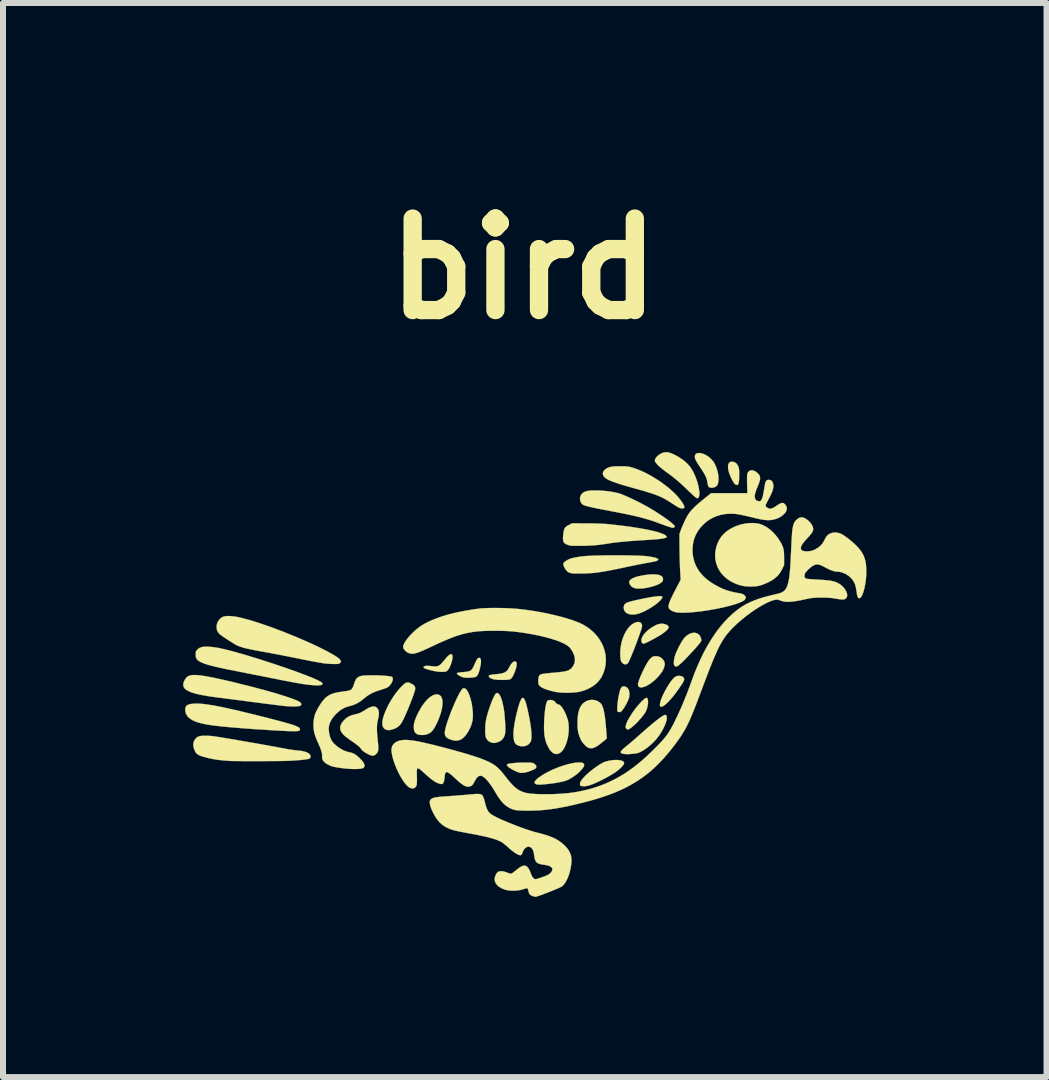
<source format=kicad_pcb>
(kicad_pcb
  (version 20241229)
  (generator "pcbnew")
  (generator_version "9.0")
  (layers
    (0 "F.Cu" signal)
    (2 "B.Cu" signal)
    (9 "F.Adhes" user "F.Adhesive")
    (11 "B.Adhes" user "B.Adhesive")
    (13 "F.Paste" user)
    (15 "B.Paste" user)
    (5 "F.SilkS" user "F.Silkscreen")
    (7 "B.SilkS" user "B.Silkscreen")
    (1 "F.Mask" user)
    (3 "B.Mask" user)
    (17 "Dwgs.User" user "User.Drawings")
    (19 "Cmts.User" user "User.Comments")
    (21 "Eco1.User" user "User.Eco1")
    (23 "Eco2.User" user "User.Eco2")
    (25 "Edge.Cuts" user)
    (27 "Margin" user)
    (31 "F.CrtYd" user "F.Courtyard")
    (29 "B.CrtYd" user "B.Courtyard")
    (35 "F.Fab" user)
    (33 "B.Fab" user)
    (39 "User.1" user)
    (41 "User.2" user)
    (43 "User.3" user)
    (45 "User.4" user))
  (footprint "bird"
    (layer "F.Cu")
    (at 5.675 8.183)
    (property "Reference" "bird" (at 0 -6.757 0) (layer "F.SilkS") (effects (font (size 1.524 1.524) (thickness 0.305))))
    (attr smd)
    (fp_poly (pts (xy 3.519 -3.165) (xy 3.496 -3.196) (xy 3.471 -3.24) (xy 3.446 -3.291) (xy 3.425 -3.343) (xy 3.412 -3.388) (xy 3.403 -3.442) (xy 3.404 -3.485) (xy 3.416 -3.517) (xy 3.437 -3.536) (xy 3.467 -3.543) (xy 3.509 -3.535) (xy 3.543 -3.513) (xy 3.569 -3.474) (xy 3.582 -3.44) (xy 3.588 -3.398) (xy 3.59 -3.329) (xy 3.588 -3.252) (xy 3.583 -3.199) (xy 3.573 -3.167) (xy 3.558 -3.151) (xy 3.519 -3.165) (xy 3.519 -3.165)) (stroke (width 0.004) (type solid)) (fill yes) (layer "F.SilkS"))
    (fp_poly (pts (xy -0.134 1.615) (xy -0.199 1.582) (xy -0.248 1.551) (xy -0.277 1.523) (xy -0.281 1.503) (xy -0.266 1.495) (xy -0.235 1.487) (xy -0.19 1.481) (xy -0.134 1.476) (xy -0.069 1.472) (xy 0.002 1.471) (xy 0.083 1.471) (xy 0.131 1.474) (xy 0.157 1.479) (xy 0.175 1.489) (xy 0.211 1.526) (xy 0.204 1.563) (xy 0.175 1.582) (xy 0.131 1.602) (xy 0.08 1.621) (xy 0.03 1.635) (xy -0.013 1.641) (xy -0.052 1.642) (xy -0.087 1.634) (xy -0.134 1.615) (xy -0.134 1.615)) (stroke (width 0.004) (type solid)) (fill yes) (layer "F.SilkS"))
    (fp_poly (pts (xy 1.571 0.627) (xy 1.56 0.614) (xy 1.557 0.585) (xy 1.56 0.527) (xy 1.564 0.474) (xy 1.572 0.417) (xy 1.582 0.361) (xy 1.593 0.309) (xy 1.604 0.267) (xy 1.615 0.239) (xy 1.636 0.21) (xy 1.661 0.199) (xy 1.693 0.206) (xy 1.73 0.228) (xy 1.751 0.261) (xy 1.76 0.309) (xy 1.76 0.356) (xy 1.753 0.395) (xy 1.736 0.44) (xy 1.712 0.488) (xy 1.685 0.536) (xy 1.657 0.579) (xy 1.631 0.612) (xy 1.61 0.63) (xy 1.571 0.627) (xy 1.571 0.627)) (stroke (width 0.004) (type solid)) (fill yes) (layer "F.SilkS"))
    (fp_poly (pts (xy 1.969 -0.526) (xy 1.959 -0.554) (xy 1.961 -0.587) (xy 1.974 -0.622) (xy 1.998 -0.66) (xy 2.031 -0.699) (xy 2.073 -0.738) (xy 2.123 -0.775) (xy 2.173 -0.805) (xy 2.218 -0.827) (xy 2.26 -0.839) (xy 2.299 -0.843) (xy 2.339 -0.839) (xy 2.384 -0.824) (xy 2.41 -0.802) (xy 2.414 -0.777) (xy 2.4 -0.753) (xy 2.372 -0.725) (xy 2.334 -0.693) (xy 2.287 -0.66) (xy 2.244 -0.634) (xy 2.194 -0.606) (xy 2.142 -0.577) (xy 2.091 -0.551) (xy 2.047 -0.529) (xy 2.013 -0.514) (xy 1.995 -0.508) (xy 1.969 -0.526) (xy 1.969 -0.526)) (stroke (width 0.004) (type solid)) (fill yes) (layer "F.SilkS"))
    (fp_poly (pts (xy -1.03 0.044) (xy -1.076 0.022) (xy -1.108 -0.003) (xy -1.114 -0.021) (xy -1.096 -0.026) (xy -1.057 -0.032) (xy -1.005 -0.037) (xy -0.951 -0.042) (xy -0.911 -0.05) (xy -0.883 -0.063) (xy -0.861 -0.085) (xy -0.841 -0.12) (xy -0.818 -0.171) (xy -0.793 -0.223) (xy -0.774 -0.257) (xy -0.758 -0.271) (xy -0.733 -0.274) (xy -0.718 -0.258) (xy -0.712 -0.223) (xy -0.715 -0.171) (xy -0.729 -0.103) (xy -0.745 -0.043) (xy -0.761 -0.001) (xy -0.779 0.027) (xy -0.799 0.043) (xy -0.839 0.052) (xy -0.903 0.057) (xy -0.955 0.058) (xy -0.994 0.054) (xy -1.03 0.044) (xy -1.03 0.044)) (stroke (width 0.004) (type solid)) (fill yes) (layer "F.SilkS"))
    (fp_poly (pts (xy -1.516 -0.06) (xy -1.591 -0.078) (xy -1.641 -0.094) (xy -1.667 -0.109) (xy -1.669 -0.123) (xy -1.648 -0.136) (xy -1.625 -0.141) (xy -1.589 -0.141) (xy -1.536 -0.136) (xy -1.487 -0.131) (xy -1.45 -0.132) (xy -1.42 -0.141) (xy -1.391 -0.16) (xy -1.361 -0.191) (xy -1.322 -0.237) (xy -1.276 -0.291) (xy -1.241 -0.323) (xy -1.215 -0.336) (xy -1.195 -0.33) (xy -1.186 -0.306) (xy -1.187 -0.266) (xy -1.198 -0.215) (xy -1.215 -0.161) (xy -1.237 -0.111) (xy -1.262 -0.072) (xy -1.293 -0.046) (xy -1.353 -0.04) (xy -1.388 -0.041) (xy -1.427 -0.044) (xy -1.47 -0.05) (xy -1.516 -0.059) (xy -1.516 -0.06)) (stroke (width 0.004) (type solid)) (fill yes) (layer "F.SilkS"))
    (fp_poly (pts (xy -0.501 0.084) (xy -0.543 0.07) (xy -0.571 0.053) (xy -0.585 0.032) (xy -0.573 0.017) (xy -0.535 0.006) (xy -0.465 -0.001) (xy -0.401 -0.008) (xy -0.351 -0.018) (xy -0.312 -0.034) (xy -0.282 -0.056) (xy -0.258 -0.087) (xy -0.235 -0.129) (xy -0.21 -0.171) (xy -0.182 -0.2) (xy -0.155 -0.215) (xy -0.132 -0.212) (xy -0.118 -0.191) (xy -0.118 -0.157) (xy -0.127 -0.11) (xy -0.143 -0.057) (xy -0.164 -0.004) (xy -0.187 0.041) (xy -0.21 0.071) (xy -0.231 0.085) (xy -0.267 0.091) (xy -0.341 0.094) (xy -0.388 0.093) (xy -0.433 0.092) (xy -0.472 0.088) (xy -0.501 0.084) (xy -0.501 0.084)) (stroke (width 0.004) (type solid)) (fill yes) (layer "F.SilkS"))
    (fp_poly (pts (xy 1.713 0.911) (xy 1.699 0.891) (xy 1.698 0.86) (xy 1.711 0.817) (xy 1.737 0.761) (xy 1.759 0.722) (xy 1.784 0.682) (xy 1.81 0.641) (xy 1.838 0.601) (xy 1.868 0.562) (xy 1.898 0.525) (xy 1.928 0.491) (xy 1.957 0.459) (xy 2.008 0.411) (xy 2.041 0.391) (xy 2.059 0.397) (xy 2.069 0.43) (xy 2.071 0.473) (xy 2.065 0.523) (xy 2.052 0.573) (xy 2.036 0.616) (xy 2.017 0.648) (xy 1.99 0.685) (xy 1.957 0.725) (xy 1.921 0.767) (xy 1.882 0.808) (xy 1.844 0.845) (xy 1.808 0.876) (xy 1.776 0.9) (xy 1.738 0.922) (xy 1.713 0.911) (xy 1.713 0.911)) (stroke (width 0.004) (type solid)) (fill yes) (layer "F.SilkS"))
    (fp_poly (pts (xy 1.853 -1.434) (xy 1.816 -1.448) (xy 1.787 -1.47) (xy 1.766 -1.502) (xy 1.755 -1.534) (xy 1.763 -1.558) (xy 1.782 -1.579) (xy 1.815 -1.6) (xy 1.859 -1.618) (xy 1.914 -1.634) (xy 1.979 -1.647) (xy 2.051 -1.658) (xy 2.115 -1.664) (xy 2.171 -1.665) (xy 2.218 -1.662) (xy 2.256 -1.654) (xy 2.286 -1.642) (xy 2.307 -1.625) (xy 2.318 -1.604) (xy 2.321 -1.578) (xy 2.311 -1.546) (xy 2.277 -1.518) (xy 2.242 -1.498) (xy 2.198 -1.48) (xy 2.148 -1.464) (xy 2.095 -1.45) (xy 2.041 -1.439) (xy 1.987 -1.431) (xy 1.936 -1.428) (xy 1.891 -1.428) (xy 1.853 -1.434) (xy 1.853 -1.434)) (stroke (width 0.004) (type solid)) (fill yes) (layer "F.SilkS"))
    (fp_poly (pts (xy 2.275 0.535) (xy 2.268 0.519) (xy 2.269 0.493) (xy 2.276 0.46) (xy 2.288 0.419) (xy 2.307 0.373) (xy 2.33 0.323) (xy 2.357 0.271) (xy 2.387 0.217) (xy 2.42 0.164) (xy 2.456 0.112) (xy 2.49 0.071) (xy 2.52 0.044) (xy 2.552 0.029) (xy 2.588 0.025) (xy 2.642 0.034) (xy 2.67 0.066) (xy 2.673 0.087) (xy 2.664 0.115) (xy 2.638 0.159) (xy 2.591 0.229) (xy 2.548 0.289) (xy 2.507 0.345) (xy 2.466 0.394) (xy 2.428 0.437) (xy 2.393 0.474) (xy 2.36 0.503) (xy 2.332 0.524) (xy 2.308 0.537) (xy 2.289 0.54) (xy 2.275 0.535) (xy 2.275 0.535)) (stroke (width 0.004) (type solid)) (fill yes) (layer "F.SilkS"))
    (fp_poly (pts (xy 1.915 0.207) (xy 1.901 0.165) (xy 1.911 0.128) (xy 1.927 0.081) (xy 1.948 0.028) (xy 1.973 -0.028) (xy 2 -0.085) (xy 2.028 -0.139) (xy 2.056 -0.188) (xy 2.081 -0.228) (xy 2.103 -0.256) (xy 2.141 -0.29) (xy 2.181 -0.302) (xy 2.233 -0.3) (xy 2.278 -0.283) (xy 2.317 -0.25) (xy 2.341 -0.214) (xy 2.35 -0.174) (xy 2.343 -0.128) (xy 2.321 -0.073) (xy 2.301 -0.038) (xy 2.274 -0.002) (xy 2.243 0.035) (xy 2.208 0.072) (xy 2.171 0.106) (xy 2.132 0.137) (xy 2.093 0.165) (xy 2.055 0.188) (xy 2.02 0.204) (xy 1.974 0.218) (xy 1.942 0.219) (xy 1.915 0.207) (xy 1.915 0.207)) (stroke (width 0.004) (type solid)) (fill yes) (layer "F.SilkS"))
    (fp_poly (pts (xy 1.772 -0.998) (xy 1.727 -1.012) (xy 1.693 -1.036) (xy 1.671 -1.071) (xy 1.664 -1.113) (xy 1.674 -1.159) (xy 1.709 -1.189) (xy 1.732 -1.198) (xy 1.768 -1.209) (xy 1.815 -1.222) (xy 1.871 -1.235) (xy 1.931 -1.248) (xy 1.994 -1.262) (xy 2.057 -1.274) (xy 2.117 -1.285) (xy 2.171 -1.293) (xy 2.216 -1.299) (xy 2.251 -1.302) (xy 2.294 -1.301) (xy 2.311 -1.29) (xy 2.304 -1.267) (xy 2.273 -1.23) (xy 2.244 -1.201) (xy 2.208 -1.172) (xy 2.167 -1.142) (xy 2.122 -1.112) (xy 2.074 -1.084) (xy 2.024 -1.057) (xy 1.972 -1.033) (xy 1.927 -1.015) (xy 1.886 -1.003) (xy 1.848 -0.996) (xy 1.811 -0.995) (xy 1.772 -0.998) (xy 1.772 -0.998)) (stroke (width 0.004) (type solid)) (fill yes) (layer "F.SilkS"))
    (fp_poly (pts (xy 2.516 -0.136) (xy 2.504 -0.154) (xy 2.5 -0.189) (xy 2.503 -0.235) (xy 2.514 -0.29) (xy 2.526 -0.329) (xy 2.546 -0.377) (xy 2.57 -0.429) (xy 2.597 -0.482) (xy 2.625 -0.532) (xy 2.651 -0.574) (xy 2.674 -0.605) (xy 2.71 -0.64) (xy 2.748 -0.666) (xy 2.786 -0.684) (xy 2.823 -0.692) (xy 2.858 -0.691) (xy 2.89 -0.681) (xy 2.917 -0.663) (xy 2.939 -0.635) (xy 2.954 -0.598) (xy 2.959 -0.561) (xy 2.939 -0.528) (xy 2.919 -0.502) (xy 2.89 -0.468) (xy 2.855 -0.428) (xy 2.816 -0.385) (xy 2.774 -0.34) (xy 2.733 -0.296) (xy 2.695 -0.256) (xy 2.66 -0.221) (xy 2.632 -0.194) (xy 2.576 -0.145) (xy 2.543 -0.128) (xy 2.516 -0.136) (xy 2.516 -0.136)) (stroke (width 0.004) (type solid)) (fill yes) (layer "F.SilkS"))
    (fp_poly (pts (xy 3.084 -3.118) (xy 3.07 -3.143) (xy 3.06 -3.195) (xy 3.053 -3.232) (xy 3.043 -3.267) (xy 3.028 -3.303) (xy 3.006 -3.344) (xy 2.975 -3.394) (xy 2.934 -3.456) (xy 2.896 -3.514) (xy 2.871 -3.557) (xy 2.856 -3.591) (xy 2.85 -3.618) (xy 2.852 -3.642) (xy 2.864 -3.669) (xy 2.888 -3.683) (xy 2.927 -3.687) (xy 2.965 -3.681) (xy 3.006 -3.667) (xy 3.047 -3.645) (xy 3.086 -3.618) (xy 3.123 -3.585) (xy 3.154 -3.55) (xy 3.179 -3.512) (xy 3.201 -3.464) (xy 3.219 -3.414) (xy 3.233 -3.364) (xy 3.241 -3.314) (xy 3.245 -3.266) (xy 3.243 -3.222) (xy 3.237 -3.183) (xy 3.224 -3.15) (xy 3.199 -3.125) (xy 3.16 -3.11) (xy 3.118 -3.107) (xy 3.084 -3.118) (xy 3.084 -3.118)) (stroke (width 0.004) (type solid)) (fill yes) (layer "F.SilkS"))
    (fp_poly (pts (xy 1.657 -0.176) (xy 1.632 -0.199) (xy 1.617 -0.231) (xy 1.609 -0.278) (xy 1.607 -0.344) (xy 1.609 -0.398) (xy 1.615 -0.452) (xy 1.624 -0.504) (xy 1.636 -0.555) (xy 1.652 -0.604) (xy 1.67 -0.65) (xy 1.691 -0.693) (xy 1.714 -0.733) (xy 1.739 -0.768) (xy 1.767 -0.8) (xy 1.796 -0.826) (xy 1.826 -0.847) (xy 1.877 -0.869) (xy 1.919 -0.872) (xy 1.951 -0.858) (xy 1.97 -0.825) (xy 1.971 -0.811) (xy 1.969 -0.792) (xy 1.963 -0.764) (xy 1.951 -0.725) (xy 1.933 -0.674) (xy 1.909 -0.607) (xy 1.878 -0.522) (xy 1.849 -0.447) (xy 1.824 -0.382) (xy 1.801 -0.327) (xy 1.782 -0.28) (xy 1.765 -0.242) (xy 1.751 -0.212) (xy 1.739 -0.191) (xy 1.729 -0.178) (xy 1.696 -0.163) (xy 1.657 -0.176) (xy 1.657 -0.176)) (stroke (width 0.004) (type solid)) (fill yes) (layer "F.SilkS"))
    (fp_poly (pts (xy -1.777 0.998) (xy -1.809 0.973) (xy -1.827 0.935) (xy -1.832 0.881) (xy -1.83 0.841) (xy -1.823 0.8) (xy -1.809 0.757) (xy -1.79 0.708) (xy -1.764 0.652) (xy -1.733 0.595) (xy -1.702 0.542) (xy -1.67 0.495) (xy -1.637 0.454) (xy -1.605 0.418) (xy -1.572 0.388) (xy -1.54 0.365) (xy -1.509 0.348) (xy -1.478 0.338) (xy -1.448 0.334) (xy -1.42 0.338) (xy -1.397 0.35) (xy -1.378 0.368) (xy -1.365 0.393) (xy -1.356 0.425) (xy -1.353 0.462) (xy -1.354 0.504) (xy -1.36 0.551) (xy -1.37 0.603) (xy -1.386 0.658) (xy -1.406 0.717) (xy -1.431 0.778) (xy -1.461 0.842) (xy -1.488 0.891) (xy -1.515 0.931) (xy -1.543 0.961) (xy -1.573 0.983) (xy -1.606 0.998) (xy -1.65 1.009) (xy -1.698 1.012) (xy -1.742 1.008) (xy -1.777 0.998)) (stroke (width 0.004) (type solid)) (fill yes) (layer "F.SilkS"))
    (fp_poly (pts (xy 0.945 1.856) (xy 0.935 1.83) (xy 0.943 1.795) (xy 0.969 1.754) (xy 0.998 1.72) (xy 1.033 1.684) (xy 1.073 1.647) (xy 1.116 1.61) (xy 1.161 1.575) (xy 1.207 1.542) (xy 1.251 1.512) (xy 1.292 1.487) (xy 1.33 1.467) (xy 1.362 1.455) (xy 1.419 1.44) (xy 1.474 1.431) (xy 1.527 1.427) (xy 1.574 1.428) (xy 1.615 1.434) (xy 1.646 1.445) (xy 1.666 1.46) (xy 1.673 1.48) (xy 1.665 1.502) (xy 1.643 1.531) (xy 1.611 1.564) (xy 1.571 1.599) (xy 1.526 1.632) (xy 1.487 1.657) (xy 1.443 1.683) (xy 1.397 1.71) (xy 1.348 1.736) (xy 1.299 1.761) (xy 1.25 1.785) (xy 1.203 1.807) (xy 1.159 1.826) (xy 1.12 1.841) (xy 1.085 1.853) (xy 1.027 1.864) (xy 0.976 1.865) (xy 0.945 1.856) (xy 0.945 1.856)) (stroke (width 0.004) (type solid)) (fill yes) (layer "F.SilkS"))
    (fp_poly (pts (xy 1.07 1.221) (xy 1.038 1.198) (xy 1.003 1.164) (xy 0.971 1.123) (xy 0.947 1.081) (xy 0.93 1.039) (xy 0.916 0.998) (xy 0.906 0.957) (xy 0.899 0.912) (xy 0.896 0.864) (xy 0.895 0.808) (xy 0.897 0.74) (xy 0.903 0.68) (xy 0.913 0.626) (xy 0.927 0.58) (xy 0.946 0.54) (xy 0.969 0.505) (xy 0.996 0.477) (xy 1.035 0.451) (xy 1.077 0.434) (xy 1.122 0.426) (xy 1.167 0.427) (xy 1.21 0.438) (xy 1.249 0.457) (xy 1.283 0.484) (xy 1.297 0.503) (xy 1.31 0.529) (xy 1.321 0.561) (xy 1.332 0.6) (xy 1.342 0.647) (xy 1.351 0.702) (xy 1.359 0.766) (xy 1.366 0.84) (xy 1.373 0.923) (xy 1.384 1.069) (xy 1.312 1.129) (xy 1.258 1.172) (xy 1.211 1.203) (xy 1.171 1.223) (xy 1.135 1.232) (xy 1.102 1.231) (xy 1.07 1.221) (xy 1.07 1.221)) (stroke (width 0.004) (type solid)) (fill yes) (layer "F.SilkS"))
    (fp_poly (pts (xy 3.888 -1.763) (xy 3.92 -1.784) (xy 3.956 -1.813) (xy 3.992 -1.846) (xy 4.023 -1.881) (xy 4.045 -1.912) (xy 4.06 -1.942) (xy 4.066 -1.972) (xy 4.064 -2.02) (xy 4.057 -2.081) (xy 4.046 -2.129) (xy 4.028 -2.168) (xy 4.002 -2.203) (xy 3.973 -2.23) (xy 3.937 -2.25) (xy 3.897 -2.265) (xy 3.853 -2.274) (xy 3.806 -2.277) (xy 3.758 -2.275) (xy 3.71 -2.267) (xy 3.662 -2.253) (xy 3.617 -2.235) (xy 3.575 -2.211) (xy 3.538 -2.181) (xy 3.505 -2.147) (xy 3.481 -2.111) (xy 3.464 -2.071) (xy 3.454 -2.029) (xy 3.451 -1.983) (xy 3.453 -1.938) (xy 3.462 -1.903) (xy 3.481 -1.861) (xy 3.503 -1.823) (xy 3.525 -1.798) (xy 3.555 -1.779) (xy 3.602 -1.759) (xy 3.649 -1.746) (xy 3.697 -1.741) (xy 3.752 -1.741) (xy 3.807 -1.745) (xy 3.855 -1.752) (xy 3.888 -1.763) (xy 3.888 -1.763)) (stroke (width 0.004) (type solid)) (fill yes) (layer "F.SilkS"))
    (fp_poly (pts (xy -0.542 1.136) (xy -0.581 1.117) (xy -0.612 1.087) (xy -0.632 1.05) (xy -0.638 1.018) (xy -0.642 0.972) (xy -0.642 0.918) (xy -0.64 0.86) (xy -0.635 0.804) (xy -0.627 0.756) (xy -0.615 0.704) (xy -0.6 0.649) (xy -0.582 0.591) (xy -0.562 0.533) (xy -0.542 0.478) (xy -0.522 0.428) (xy -0.502 0.383) (xy -0.484 0.348) (xy -0.468 0.324) (xy -0.456 0.313) (xy -0.436 0.312) (xy -0.417 0.324) (xy -0.398 0.35) (xy -0.38 0.387) (xy -0.363 0.436) (xy -0.348 0.497) (xy -0.334 0.568) (xy -0.327 0.612) (xy -0.321 0.665) (xy -0.316 0.725) (xy -0.311 0.786) (xy -0.308 0.845) (xy -0.306 0.898) (xy -0.306 0.942) (xy -0.308 0.971) (xy -0.318 1.018) (xy -0.337 1.058) (xy -0.363 1.091) (xy -0.397 1.116) (xy -0.439 1.133) (xy -0.478 1.143) (xy -0.507 1.144) (xy -0.542 1.136) (xy -0.542 1.136)) (stroke (width 0.004) (type solid)) (fill yes) (layer "F.SilkS"))
    (fp_poly (pts (xy -0.051 1.198) (xy -0.093 1.187) (xy -0.125 1.169) (xy -0.148 1.142) (xy -0.162 1.104) (xy -0.17 1.054) (xy -0.172 0.991) (xy -0.17 0.955) (xy -0.166 0.913) (xy -0.16 0.866) (xy -0.152 0.815) (xy -0.142 0.762) (xy -0.131 0.707) (xy -0.118 0.651) (xy -0.104 0.597) (xy -0.09 0.543) (xy -0.076 0.498) (xy -0.063 0.46) (xy -0.05 0.431) (xy -0.038 0.409) (xy -0.027 0.396) (xy -0.015 0.392) (xy -0.004 0.396) (xy 0.007 0.409) (xy 0.019 0.431) (xy 0.031 0.462) (xy 0.043 0.503) (xy 0.056 0.552) (xy 0.069 0.612) (xy 0.084 0.68) (xy 0.099 0.759) (xy 0.11 0.825) (xy 0.119 0.886) (xy 0.125 0.942) (xy 0.128 0.993) (xy 0.129 1.037) (xy 0.127 1.074) (xy 0.122 1.104) (xy 0.114 1.126) (xy 0.085 1.163) (xy 0.046 1.188) (xy -0.000124 1.2) (xy -0.051 1.198) (xy -0.051 1.198)) (stroke (width 0.004) (type solid)) (fill yes) (layer "F.SilkS"))
    (fp_poly (pts (xy 0.205 1.832) (xy 0.177 1.809) (xy 0.186 1.784) (xy 0.207 1.757) (xy 0.241 1.727) (xy 0.289 1.693) (xy 0.335 1.664) (xy 0.384 1.637) (xy 0.436 1.61) (xy 0.49 1.585) (xy 0.544 1.562) (xy 0.599 1.541) (xy 0.654 1.523) (xy 0.707 1.506) (xy 0.758 1.493) (xy 0.807 1.482) (xy 0.852 1.474) (xy 0.893 1.47) (xy 0.929 1.469) (xy 0.96 1.471) (xy 0.984 1.478) (xy 1 1.489) (xy 1.008 1.508) (xy 1.001 1.535) (xy 0.978 1.57) (xy 0.94 1.613) (xy 0.907 1.644) (xy 0.87 1.675) (xy 0.83 1.703) (xy 0.789 1.73) (xy 0.75 1.752) (xy 0.713 1.768) (xy 0.683 1.778) (xy 0.643 1.788) (xy 0.595 1.798) (xy 0.542 1.808) (xy 0.484 1.817) (xy 0.424 1.824) (xy 0.365 1.831) (xy 0.301 1.836) (xy 0.262 1.838) (xy 0.235 1.836) (xy 0.205 1.832) (xy 0.205 1.832)) (stroke (width 0.004) (type solid)) (fill yes) (layer "F.SilkS"))
    (fp_poly (pts (xy -2.301 0.92) (xy -2.325 0.904) (xy -2.343 0.881) (xy -2.353 0.851) (xy -2.356 0.815) (xy -2.353 0.772) (xy -2.342 0.722) (xy -2.324 0.667) (xy -2.299 0.605) (xy -2.268 0.537) (xy -2.244 0.49) (xy -2.217 0.444) (xy -2.189 0.399) (xy -2.16 0.355) (xy -2.13 0.313) (xy -2.098 0.273) (xy -2.067 0.236) (xy -2.035 0.202) (xy -1.99 0.159) (xy -1.956 0.138) (xy -1.923 0.136) (xy -1.885 0.15) (xy -1.834 0.179) (xy -1.811 0.21) (xy -1.808 0.25) (xy -1.814 0.273) (xy -1.825 0.308) (xy -1.841 0.354) (xy -1.86 0.407) (xy -1.883 0.465) (xy -1.907 0.526) (xy -1.932 0.587) (xy -1.957 0.646) (xy -1.981 0.7) (xy -2.003 0.747) (xy -2.022 0.784) (xy -2.045 0.822) (xy -2.071 0.853) (xy -2.102 0.879) (xy -2.137 0.9) (xy -2.178 0.915) (xy -2.231 0.929) (xy -2.267 0.93) (xy -2.301 0.919) (xy -2.301 0.92)) (stroke (width 0.004) (type solid)) (fill yes) (layer "F.SilkS"))
    (fp_poly (pts (xy -1.19 1.097) (xy -1.247 1.077) (xy -1.287 1.052) (xy -1.309 1.02) (xy -1.316 0.981) (xy -1.314 0.951) (xy -1.306 0.911) (xy -1.294 0.864) (xy -1.278 0.811) (xy -1.258 0.753) (xy -1.236 0.692) (xy -1.213 0.629) (xy -1.187 0.566) (xy -1.161 0.504) (xy -1.135 0.445) (xy -1.109 0.39) (xy -1.085 0.341) (xy -1.062 0.3) (xy -1.041 0.267) (xy -1.023 0.244) (xy -1.009 0.233) (xy -0.989 0.232) (xy -0.968 0.243) (xy -0.948 0.264) (xy -0.928 0.296) (xy -0.91 0.336) (xy -0.893 0.384) (xy -0.878 0.438) (xy -0.865 0.497) (xy -0.856 0.56) (xy -0.849 0.626) (xy -0.847 0.68) (xy -0.849 0.729) (xy -0.854 0.773) (xy -0.864 0.815) (xy -0.878 0.857) (xy -0.897 0.9) (xy -0.928 0.959) (xy -0.96 1.007) (xy -0.994 1.046) (xy -1.028 1.075) (xy -1.065 1.094) (xy -1.104 1.104) (xy -1.145 1.105) (xy -1.19 1.097) (xy -1.19 1.097)) (stroke (width 0.004) (type solid)) (fill yes) (layer "F.SilkS"))
    (fp_poly (pts (xy 0.5 1.319) (xy 0.47 1.297) (xy 0.44 1.264) (xy 0.413 1.222) (xy 0.388 1.172) (xy 0.367 1.117) (xy 0.352 1.057) (xy 0.345 1.016) (xy 0.341 0.966) (xy 0.338 0.91) (xy 0.338 0.851) (xy 0.34 0.788) (xy 0.343 0.726) (xy 0.348 0.665) (xy 0.354 0.607) (xy 0.361 0.555) (xy 0.37 0.51) (xy 0.379 0.473) (xy 0.39 0.448) (xy 0.401 0.435) (xy 0.44 0.426) (xy 0.484 0.434) (xy 0.519 0.453) (xy 0.534 0.479) (xy 0.562 0.497) (xy 0.589 0.504) (xy 0.617 0.526) (xy 0.645 0.561) (xy 0.673 0.608) (xy 0.701 0.666) (xy 0.726 0.733) (xy 0.738 0.776) (xy 0.746 0.824) (xy 0.75 0.874) (xy 0.75 0.926) (xy 0.746 0.979) (xy 0.739 1.032) (xy 0.728 1.085) (xy 0.714 1.135) (xy 0.696 1.183) (xy 0.675 1.228) (xy 0.645 1.273) (xy 0.611 1.305) (xy 0.575 1.324) (xy 0.537 1.329) (xy 0.5 1.318) (xy 0.5 1.319)) (stroke (width 0.004) (type solid)) (fill yes) (layer "F.SilkS"))
    (fp_poly (pts (xy 1.656 1.325) (xy 1.625 1.314) (xy 1.614 1.298) (xy 1.624 1.276) (xy 1.656 1.243) (xy 1.711 1.196) (xy 1.738 1.175) (xy 1.771 1.147) (xy 1.809 1.114) (xy 1.85 1.079) (xy 1.891 1.043) (xy 1.931 1.008) (xy 2 0.947) (xy 2.062 0.893) (xy 2.118 0.845) (xy 2.168 0.803) (xy 2.212 0.768) (xy 2.25 0.738) (xy 2.282 0.714) (xy 2.31 0.697) (xy 2.331 0.684) (xy 2.348 0.678) (xy 2.36 0.676) (xy 2.377 0.686) (xy 2.383 0.719) (xy 2.382 0.749) (xy 2.374 0.784) (xy 2.361 0.825) (xy 2.342 0.868) (xy 2.319 0.915) (xy 2.291 0.963) (xy 2.26 1.011) (xy 2.226 1.058) (xy 2.196 1.094) (xy 2.162 1.13) (xy 2.125 1.165) (xy 2.086 1.199) (xy 2.046 1.23) (xy 2.007 1.257) (xy 1.968 1.281) (xy 1.933 1.299) (xy 1.9 1.312) (xy 1.859 1.32) (xy 1.804 1.326) (xy 1.746 1.33) (xy 1.693 1.329) (xy 1.656 1.325) (xy 1.656 1.325)) (stroke (width 0.004) (type solid)) (fill yes) (layer "F.SilkS"))
    (fp_poly (pts (xy 2.856 -2.953) (xy 2.835 -2.971) (xy 2.799 -3.004) (xy 2.754 -3.046) (xy 2.705 -3.093) (xy 2.666 -3.131) (xy 2.629 -3.165) (xy 2.595 -3.196) (xy 2.561 -3.225) (xy 2.527 -3.254) (xy 2.491 -3.283) (xy 2.452 -3.313) (xy 2.408 -3.346) (xy 2.359 -3.381) (xy 2.321 -3.411) (xy 2.282 -3.442) (xy 2.248 -3.471) (xy 2.224 -3.495) (xy 2.188 -3.539) (xy 2.184 -3.567) (xy 2.197 -3.6) (xy 2.221 -3.63) (xy 2.253 -3.658) (xy 2.291 -3.68) (xy 2.333 -3.695) (xy 2.372 -3.701) (xy 2.413 -3.696) (xy 2.462 -3.68) (xy 2.522 -3.652) (xy 2.569 -3.627) (xy 2.613 -3.599) (xy 2.654 -3.571) (xy 2.691 -3.541) (xy 2.725 -3.509) (xy 2.755 -3.476) (xy 2.781 -3.442) (xy 2.804 -3.407) (xy 2.83 -3.359) (xy 2.853 -3.308) (xy 2.874 -3.255) (xy 2.892 -3.201) (xy 2.907 -3.149) (xy 2.917 -3.099) (xy 2.924 -3.053) (xy 2.927 -3.012) (xy 2.924 -2.978) (xy 2.917 -2.951) (xy 2.896 -2.93) (xy 2.856 -2.952) (xy 2.856 -2.953)) (stroke (width 0.004) (type solid)) (fill yes) (layer "F.SilkS"))
    (fp_poly (pts (xy -2.606 1.324) (xy -2.659 1.292) (xy -2.691 1.266) (xy -2.709 1.243) (xy -2.729 1.218) (xy -2.745 1.202) (xy -2.775 1.178) (xy -2.813 1.149) (xy -2.857 1.119) (xy -2.901 1.088) (xy -2.943 1.057) (xy -2.978 1.03) (xy -3 1.01) (xy -3.033 0.971) (xy -3.053 0.932) (xy -3.059 0.893) (xy -3.052 0.853) (xy -3.031 0.811) (xy -2.997 0.768) (xy -2.959 0.732) (xy -2.919 0.705) (xy -2.874 0.685) (xy -2.821 0.67) (xy -2.77 0.658) (xy -2.727 0.643) (xy -2.685 0.621) (xy -2.633 0.589) (xy -2.583 0.559) (xy -2.539 0.542) (xy -2.502 0.536) (xy -2.471 0.541) (xy -2.446 0.557) (xy -2.426 0.585) (xy -2.415 0.617) (xy -2.412 0.654) (xy -2.416 0.699) (xy -2.429 0.754) (xy -2.437 0.791) (xy -2.443 0.831) (xy -2.446 0.875) (xy -2.446 0.923) (xy -2.444 0.977) (xy -2.439 1.038) (xy -2.432 1.106) (xy -2.424 1.183) (xy -2.422 1.238) (xy -2.427 1.277) (xy -2.44 1.306) (xy -2.462 1.33) (xy -2.49 1.351) (xy -2.519 1.357) (xy -2.555 1.348) (xy -2.606 1.324) (xy -2.606 1.324)) (stroke (width 0.004) (type solid)) (fill yes) (layer "F.SilkS"))
    (fp_poly (pts (xy 2.591 -2.773) (xy 2.562 -2.789) (xy 2.515 -2.818) (xy 2.461 -2.853) (xy 2.424 -2.877) (xy 2.39 -2.898) (xy 2.356 -2.918) (xy 2.322 -2.936) (xy 2.287 -2.953) (xy 2.25 -2.969) (xy 2.211 -2.985) (xy 2.168 -3.001) (xy 2.121 -3.017) (xy 2.069 -3.033) (xy 2.012 -3.051) (xy 1.948 -3.069) (xy 1.876 -3.089) (xy 1.776 -3.117) (xy 1.688 -3.142) (xy 1.611 -3.165) (xy 1.546 -3.187) (xy 1.49 -3.206) (xy 1.443 -3.225) (xy 1.405 -3.242) (xy 1.375 -3.26) (xy 1.352 -3.277) (xy 1.336 -3.294) (xy 1.325 -3.312) (xy 1.319 -3.33) (xy 1.317 -3.35) (xy 1.326 -3.379) (xy 1.349 -3.407) (xy 1.384 -3.432) (xy 1.429 -3.451) (xy 1.46 -3.458) (xy 1.497 -3.463) (xy 1.545 -3.466) (xy 1.611 -3.466) (xy 1.681 -3.465) (xy 1.731 -3.461) (xy 1.772 -3.454) (xy 1.818 -3.441) (xy 1.861 -3.427) (xy 1.906 -3.41) (xy 1.952 -3.391) (xy 1.999 -3.37) (xy 2.046 -3.347) (xy 2.093 -3.321) (xy 2.14 -3.295) (xy 2.187 -3.266) (xy 2.234 -3.237) (xy 2.28 -3.206) (xy 2.324 -3.174) (xy 2.367 -3.142) (xy 2.409 -3.109) (xy 2.448 -3.075) (xy 2.486 -3.041) (xy 2.521 -3.008) (xy 2.553 -2.974) (xy 2.582 -2.94) (xy 2.623 -2.888) (xy 2.653 -2.843) (xy 2.672 -2.806) (xy 2.678 -2.778) (xy 2.649 -2.76) (xy 2.62 -2.764) (xy 2.591 -2.773) (xy 2.591 -2.773)) (stroke (width 0.004) (type solid)) (fill yes) (layer "F.SilkS"))
    (fp_poly (pts (xy 0.8 -1.683) (xy 0.764 -1.692) (xy 0.736 -1.705) (xy 0.701 -1.741) (xy 0.671 -1.79) (xy 0.659 -1.833) (xy 0.667 -1.862) (xy 0.707 -1.892) (xy 0.737 -1.909) (xy 0.768 -1.923) (xy 0.805 -1.935) (xy 0.85 -1.945) (xy 0.906 -1.955) (xy 0.977 -1.965) (xy 1.006 -1.968) (xy 1.043 -1.971) (xy 1.085 -1.973) (xy 1.134 -1.976) (xy 1.187 -1.978) (xy 1.244 -1.979) (xy 1.305 -1.98) (xy 1.368 -1.981) (xy 1.432 -1.982) (xy 1.498 -1.982) (xy 1.564 -1.982) (xy 1.63 -1.982) (xy 1.694 -1.981) (xy 1.756 -1.98) (xy 1.815 -1.979) (xy 1.871 -1.978) (xy 1.923 -1.976) (xy 1.97 -1.973) (xy 2.011 -1.971) (xy 2.045 -1.968) (xy 2.072 -1.965) (xy 2.149 -1.952) (xy 2.202 -1.939) (xy 2.232 -1.926) (xy 2.242 -1.912) (xy 2.235 -1.899) (xy 2.209 -1.887) (xy 2.16 -1.875) (xy 2.082 -1.861) (xy 2.051 -1.855) (xy 2.012 -1.848) (xy 1.967 -1.839) (xy 1.917 -1.83) (xy 1.865 -1.819) (xy 1.813 -1.808) (xy 1.762 -1.798) (xy 1.694 -1.784) (xy 1.631 -1.77) (xy 1.573 -1.758) (xy 1.519 -1.747) (xy 1.468 -1.737) (xy 1.421 -1.728) (xy 1.378 -1.72) (xy 1.338 -1.713) (xy 1.3 -1.707) (xy 1.265 -1.701) (xy 1.233 -1.696) (xy 1.191 -1.691) (xy 1.141 -1.687) (xy 1.086 -1.683) (xy 1.027 -1.68) (xy 0.969 -1.679) (xy 0.914 -1.678) (xy 0.865 -1.678) (xy 0.826 -1.68) (xy 0.8 -1.683) (xy 0.8 -1.683)) (stroke (width 0.004) (type solid)) (fill yes) (layer "F.SilkS"))
    (fp_poly (pts (xy 0.755 -2.149) (xy 0.707 -2.166) (xy 0.675 -2.187) (xy 0.658 -2.218) (xy 0.653 -2.263) (xy 0.658 -2.328) (xy 0.667 -2.392) (xy 0.682 -2.434) (xy 0.708 -2.462) (xy 0.753 -2.488) (xy 0.805 -2.515) (xy 1.05 -2.514) (xy 1.109 -2.514) (xy 1.163 -2.513) (xy 1.213 -2.512) (xy 1.259 -2.51) (xy 1.303 -2.508) (xy 1.346 -2.506) (xy 1.388 -2.503) (xy 1.431 -2.499) (xy 1.476 -2.494) (xy 1.558 -2.485) (xy 1.638 -2.475) (xy 1.714 -2.466) (xy 1.786 -2.456) (xy 1.856 -2.445) (xy 1.921 -2.435) (xy 1.983 -2.424) (xy 2.041 -2.413) (xy 2.095 -2.402) (xy 2.144 -2.391) (xy 2.19 -2.38) (xy 2.231 -2.369) (xy 2.267 -2.357) (xy 2.299 -2.346) (xy 2.326 -2.335) (xy 2.348 -2.324) (xy 2.364 -2.313) (xy 2.376 -2.302) (xy 2.382 -2.292) (xy 2.38 -2.282) (xy 2.366 -2.274) (xy 2.341 -2.267) (xy 2.302 -2.259) (xy 2.25 -2.253) (xy 2.183 -2.247) (xy 2.101 -2.241) (xy 2.002 -2.235) (xy 1.942 -2.231) (xy 1.883 -2.227) (xy 1.824 -2.223) (xy 1.767 -2.219) (xy 1.712 -2.214) (xy 1.659 -2.209) (xy 1.609 -2.204) (xy 1.563 -2.2) (xy 1.521 -2.195) (xy 1.483 -2.19) (xy 1.45 -2.185) (xy 1.385 -2.175) (xy 1.328 -2.166) (xy 1.277 -2.16) (xy 1.231 -2.154) (xy 1.186 -2.15) (xy 1.141 -2.147) (xy 1.094 -2.144) (xy 1.044 -2.142) (xy 0.988 -2.141) (xy 0.912 -2.14) (xy 0.853 -2.14) (xy 0.809 -2.141) (xy 0.778 -2.144) (xy 0.755 -2.148) (xy 0.755 -2.149)) (stroke (width 0.004) (type solid)) (fill yes) (layer "F.SilkS"))
    (fp_poly (pts (xy 3.643 -1.474) (xy 3.592 -1.487) (xy 3.544 -1.504) (xy 3.498 -1.523) (xy 3.455 -1.545) (xy 3.415 -1.57) (xy 3.378 -1.597) (xy 3.343 -1.627) (xy 3.312 -1.659) (xy 3.284 -1.693) (xy 3.26 -1.729) (xy 3.238 -1.767) (xy 3.221 -1.807) (xy 3.207 -1.848) (xy 3.197 -1.89) (xy 3.19 -1.934) (xy 3.188 -1.978) (xy 3.19 -2.023) (xy 3.197 -2.07) (xy 3.208 -2.12) (xy 3.223 -2.167) (xy 3.242 -2.211) (xy 3.264 -2.252) (xy 3.29 -2.291) (xy 3.32 -2.327) (xy 3.354 -2.36) (xy 3.392 -2.39) (xy 3.434 -2.418) (xy 3.48 -2.443) (xy 3.531 -2.466) (xy 3.585 -2.486) (xy 3.63 -2.499) (xy 3.68 -2.509) (xy 3.732 -2.516) (xy 3.784 -2.519) (xy 3.835 -2.519) (xy 3.882 -2.515) (xy 3.923 -2.507) (xy 3.962 -2.495) (xy 4.001 -2.477) (xy 4.039 -2.456) (xy 4.078 -2.43) (xy 4.115 -2.401) (xy 4.151 -2.367) (xy 4.185 -2.331) (xy 4.218 -2.291) (xy 4.248 -2.249) (xy 4.277 -2.203) (xy 4.299 -2.163) (xy 4.315 -2.126) (xy 4.326 -2.089) (xy 4.333 -2.049) (xy 4.336 -2.002) (xy 4.337 -1.946) (xy 4.337 -1.821) (xy 4.304 -1.751) (xy 4.282 -1.711) (xy 4.258 -1.675) (xy 4.23 -1.641) (xy 4.197 -1.611) (xy 4.161 -1.583) (xy 4.119 -1.557) (xy 4.071 -1.532) (xy 4.032 -1.514) (xy 3.991 -1.497) (xy 3.953 -1.484) (xy 3.923 -1.475) (xy 3.883 -1.468) (xy 3.836 -1.463) (xy 3.785 -1.462) (xy 3.734 -1.463) (xy 3.685 -1.467) (xy 3.643 -1.474) (xy 3.643 -1.474)) (stroke (width 0.004) (type solid)) (fill yes) (layer "F.SilkS"))
    (fp_poly (pts (xy 2.42 -2.457) (xy 2.392 -2.466) (xy 2.35 -2.481) (xy 2.302 -2.499) (xy 2.251 -2.517) (xy 2.212 -2.532) (xy 2.174 -2.546) (xy 2.135 -2.559) (xy 2.096 -2.571) (xy 2.056 -2.583) (xy 2.015 -2.595) (xy 1.972 -2.607) (xy 1.927 -2.619) (xy 1.879 -2.63) (xy 1.829 -2.642) (xy 1.775 -2.654) (xy 1.717 -2.666) (xy 1.656 -2.679) (xy 1.589 -2.692) (xy 1.518 -2.706) (xy 1.442 -2.72) (xy 1.354 -2.737) (xy 1.277 -2.752) (xy 1.211 -2.765) (xy 1.153 -2.777) (xy 1.105 -2.788) (xy 1.066 -2.798) (xy 1.034 -2.807) (xy 1.009 -2.815) (xy 0.991 -2.823) (xy 0.979 -2.829) (xy 0.96 -2.851) (xy 0.944 -2.881) (xy 0.936 -2.927) (xy 0.944 -2.97) (xy 0.966 -3.006) (xy 1.002 -3.035) (xy 1.049 -3.052) (xy 1.086 -3.058) (xy 1.13 -3.062) (xy 1.18 -3.063) (xy 1.235 -3.062) (xy 1.291 -3.06) (xy 1.349 -3.055) (xy 1.407 -3.049) (xy 1.463 -3.041) (xy 1.516 -3.031) (xy 1.564 -3.02) (xy 1.606 -3.008) (xy 1.638 -2.996) (xy 1.677 -2.98) (xy 1.721 -2.961) (xy 1.77 -2.939) (xy 1.821 -2.915) (xy 1.874 -2.889) (xy 1.926 -2.863) (xy 1.977 -2.837) (xy 2.025 -2.811) (xy 2.069 -2.787) (xy 2.13 -2.75) (xy 2.19 -2.714) (xy 2.248 -2.676) (xy 2.303 -2.64) (xy 2.354 -2.605) (xy 2.4 -2.572) (xy 2.44 -2.541) (xy 2.473 -2.514) (xy 2.497 -2.491) (xy 2.513 -2.474) (xy 2.518 -2.462) (xy 2.506 -2.446) (xy 2.479 -2.44) (xy 2.458 -2.445) (xy 2.42 -2.457) (xy 2.42 -2.457)) (stroke (width 0.004) (type solid)) (fill yes) (layer "F.SilkS"))
    (fp_poly (pts (xy -4.034 0.941) (xy -4.106 0.937) (xy -4.176 0.933) (xy -4.245 0.929) (xy -4.313 0.924) (xy -4.379 0.92) (xy -4.444 0.916) (xy -4.508 0.912) (xy -4.569 0.907) (xy -4.629 0.903) (xy -4.687 0.899) (xy -4.744 0.894) (xy -4.798 0.89) (xy -4.85 0.885) (xy -4.9 0.881) (xy -4.949 0.876) (xy -4.994 0.872) (xy -5.038 0.868) (xy -5.079 0.863) (xy -5.117 0.859) (xy -5.153 0.855) (xy -5.187 0.85) (xy -5.218 0.846) (xy -5.246 0.842) (xy -5.271 0.838) (xy -5.337 0.825) (xy -5.397 0.81) (xy -5.45 0.794) (xy -5.495 0.776) (xy -5.535 0.755) (xy -5.567 0.732) (xy -5.594 0.708) (xy -5.614 0.68) (xy -5.629 0.65) (xy -5.637 0.618) (xy -5.64 0.583) (xy -5.635 0.552) (xy -5.621 0.527) (xy -5.597 0.509) (xy -5.56 0.497) (xy -5.511 0.49) (xy -5.449 0.488) (xy -5.425 0.488) (xy -5.399 0.49) (xy -5.372 0.491) (xy -5.343 0.494) (xy -5.313 0.497) (xy -5.28 0.502) (xy -5.245 0.507) (xy -5.207 0.513) (xy -5.167 0.519) (xy -5.125 0.527) (xy -5.08 0.536) (xy -5.032 0.545) (xy -4.981 0.556) (xy -4.927 0.568) (xy -4.87 0.581) (xy -4.809 0.594) (xy -4.745 0.609) (xy -4.677 0.626) (xy -4.606 0.643) (xy -4.53 0.661) (xy -4.451 0.681) (xy -4.367 0.702) (xy -4.279 0.724) (xy -4.175 0.751) (xy -4.083 0.775) (xy -4.005 0.796) (xy -3.938 0.815) (xy -3.882 0.831) (xy -3.836 0.846) (xy -3.799 0.86) (xy -3.771 0.872) (xy -3.751 0.883) (xy -3.737 0.894) (xy -3.73 0.904) (xy -3.727 0.914) (xy -3.73 0.929) (xy -3.741 0.939) (xy -3.762 0.945) (xy -3.799 0.948) (xy -3.854 0.948) (xy -3.932 0.946) (xy -4.034 0.941) (xy -4.034 0.941)) (stroke (width 0.004) (type solid)) (fill yes) (layer "F.SilkS"))
    (fp_poly (pts (xy -3.95 0.531) (xy -3.968 0.53) (xy -3.995 0.527) (xy -4.03 0.523) (xy -4.072 0.518) (xy -4.119 0.512) (xy -4.172 0.506) (xy -4.229 0.498) (xy -4.289 0.491) (xy -4.353 0.483) (xy -4.418 0.474) (xy -4.483 0.466) (xy -4.545 0.458) (xy -4.607 0.45) (xy -4.669 0.441) (xy -4.73 0.433) (xy -4.79 0.426) (xy -4.847 0.418) (xy -4.902 0.411) (xy -4.953 0.405) (xy -4.999 0.399) (xy -5.04 0.393) (xy -5.075 0.389) (xy -5.104 0.385) (xy -5.191 0.374) (xy -5.271 0.362) (xy -5.342 0.349) (xy -5.406 0.337) (xy -5.463 0.323) (xy -5.512 0.309) (xy -5.554 0.294) (xy -5.589 0.278) (xy -5.618 0.262) (xy -5.641 0.244) (xy -5.657 0.225) (xy -5.668 0.204) (xy -5.672 0.182) (xy -5.672 0.159) (xy -5.666 0.134) (xy -5.648 0.094) (xy -5.622 0.057) (xy -5.595 0.034) (xy -5.577 0.026) (xy -5.557 0.019) (xy -5.533 0.015) (xy -5.505 0.012) (xy -5.474 0.012) (xy -5.438 0.014) (xy -5.398 0.017) (xy -5.352 0.023) (xy -5.3 0.032) (xy -5.241 0.042) (xy -5.176 0.055) (xy -5.104 0.07) (xy -5.024 0.088) (xy -4.936 0.108) (xy -4.839 0.131) (xy -4.762 0.15) (xy -4.686 0.169) (xy -4.613 0.187) (xy -4.541 0.205) (xy -4.472 0.223) (xy -4.405 0.241) (xy -4.34 0.258) (xy -4.278 0.275) (xy -4.219 0.292) (xy -4.162 0.308) (xy -4.108 0.324) (xy -4.057 0.34) (xy -4.009 0.355) (xy -3.964 0.369) (xy -3.923 0.383) (xy -3.884 0.396) (xy -3.849 0.409) (xy -3.818 0.421) (xy -3.79 0.432) (xy -3.766 0.443) (xy -3.746 0.453) (xy -3.73 0.462) (xy -3.702 0.495) (xy -3.717 0.523) (xy -3.742 0.53) (xy -3.781 0.534) (xy -3.831 0.536) (xy -3.888 0.535) (xy -3.95 0.531) (xy -3.95 0.531)) (stroke (width 0.004) (type solid)) (fill yes) (layer "F.SilkS"))
    (fp_poly (pts (xy -4.902 1.442) (xy -4.96 1.439) (xy -5.015 1.434) (xy -5.068 1.428) (xy -5.118 1.422) (xy -5.166 1.414) (xy -5.211 1.405) (xy -5.253 1.396) (xy -5.328 1.376) (xy -5.381 1.36) (xy -5.418 1.343) (xy -5.446 1.324) (xy -5.468 1.298) (xy -5.487 1.258) (xy -5.501 1.212) (xy -5.506 1.17) (xy -5.497 1.121) (xy -5.472 1.077) (xy -5.436 1.045) (xy -5.41 1.034) (xy -5.374 1.027) (xy -5.329 1.023) (xy -5.277 1.023) (xy -5.217 1.027) (xy -5.151 1.034) (xy -5.132 1.037) (xy -5.107 1.041) (xy -5.074 1.046) (xy -5.036 1.052) (xy -4.993 1.059) (xy -4.945 1.067) (xy -4.893 1.076) (xy -4.837 1.085) (xy -4.779 1.095) (xy -4.718 1.106) (xy -4.656 1.117) (xy -4.592 1.128) (xy -4.528 1.139) (xy -4.464 1.15) (xy -4.401 1.161) (xy -4.34 1.172) (xy -4.28 1.183) (xy -4.223 1.193) (xy -4.168 1.203) (xy -4.118 1.212) (xy -4.072 1.221) (xy -4.031 1.229) (xy -3.996 1.235) (xy -3.948 1.244) (xy -3.897 1.253) (xy -3.847 1.26) (xy -3.801 1.266) (xy -3.764 1.27) (xy -3.7 1.277) (xy -3.646 1.289) (xy -3.604 1.305) (xy -3.574 1.324) (xy -3.555 1.348) (xy -3.549 1.374) (xy -3.565 1.403) (xy -3.581 1.409) (xy -3.608 1.414) (xy -3.645 1.42) (xy -3.69 1.425) (xy -3.745 1.43) (xy -3.808 1.435) (xy -3.878 1.439) (xy -3.905 1.441) (xy -3.939 1.442) (xy -3.981 1.443) (xy -4.028 1.444) (xy -4.082 1.445) (xy -4.139 1.445) (xy -4.201 1.446) (xy -4.264 1.446) (xy -4.33 1.447) (xy -4.396 1.447) (xy -4.463 1.447) (xy -4.528 1.447) (xy -4.591 1.447) (xy -4.651 1.447) (xy -4.708 1.446) (xy -4.76 1.446) (xy -4.806 1.445) (xy -4.846 1.445) (xy -4.878 1.444) (xy -4.902 1.443) (xy -4.902 1.442)) (stroke (width 0.004) (type solid)) (fill yes) (layer "F.SilkS"))
    (fp_poly (pts (xy -3.54 0.179) (xy -3.57 0.176) (xy -3.601 0.173) (xy -3.634 0.168) (xy -3.67 0.163) (xy -3.708 0.157) (xy -3.752 0.15) (xy -3.8 0.141) (xy -3.855 0.131) (xy -3.916 0.119) (xy -3.985 0.106) (xy -4.063 0.091) (xy -4.15 0.073) (xy -4.204 0.063) (xy -4.26 0.051) (xy -4.318 0.04) (xy -4.376 0.028) (xy -4.434 0.017) (xy -4.491 0.006) (xy -4.547 -0.006) (xy -4.602 -0.016) (xy -4.653 -0.027) (xy -4.702 -0.036) (xy -4.746 -0.045) (xy -4.786 -0.053) (xy -4.821 -0.06) (xy -4.916 -0.078) (xy -5.001 -0.096) (xy -5.077 -0.113) (xy -5.144 -0.128) (xy -5.203 -0.143) (xy -5.255 -0.157) (xy -5.3 -0.171) (xy -5.338 -0.185) (xy -5.37 -0.198) (xy -5.397 -0.212) (xy -5.418 -0.225) (xy -5.435 -0.239) (xy -5.448 -0.254) (xy -5.462 -0.285) (xy -5.466 -0.332) (xy -5.461 -0.382) (xy -5.434 -0.415) (xy -5.403 -0.438) (xy -5.367 -0.452) (xy -5.323 -0.46) (xy -5.269 -0.461) (xy -5.204 -0.456) (xy -5.156 -0.45) (xy -5.119 -0.445) (xy -5.082 -0.439) (xy -5.038 -0.429) (xy -4.977 -0.415) (xy -4.939 -0.406) (xy -4.899 -0.396) (xy -4.855 -0.384) (xy -4.809 -0.372) (xy -4.761 -0.358) (xy -4.711 -0.344) (xy -4.658 -0.329) (xy -4.605 -0.313) (xy -4.55 -0.296) (xy -4.493 -0.279) (xy -4.436 -0.261) (xy -4.378 -0.243) (xy -4.32 -0.224) (xy -4.261 -0.205) (xy -4.202 -0.186) (xy -4.144 -0.167) (xy -4.086 -0.147) (xy -4.029 -0.128) (xy -3.972 -0.109) (xy -3.917 -0.089) (xy -3.863 -0.07) (xy -3.81 -0.052) (xy -3.76 -0.033) (xy -3.711 -0.015) (xy -3.665 0.002) (xy -3.621 0.019) (xy -3.58 0.035) (xy -3.542 0.05) (xy -3.507 0.065) (xy -3.475 0.079) (xy -3.447 0.091) (xy -3.378 0.127) (xy -3.351 0.15) (xy -3.358 0.171) (xy -3.379 0.179) (xy -3.419 0.184) (xy -3.474 0.184) (xy -3.54 0.179) (xy -3.54 0.179)) (stroke (width 0.004) (type solid)) (fill yes) (layer "F.SilkS"))
    (fp_poly (pts (xy -3.34 -0.184) (xy -3.362 -0.188) (xy -3.394 -0.193) (xy -3.433 -0.2) (xy -3.481 -0.209) (xy -3.534 -0.219) (xy -3.592 -0.23) (xy -3.653 -0.242) (xy -3.716 -0.255) (xy -3.781 -0.268) (xy -3.83 -0.278) (xy -3.882 -0.288) (xy -3.935 -0.299) (xy -3.989 -0.309) (xy -4.042 -0.32) (xy -4.095 -0.33) (xy -4.147 -0.34) (xy -4.196 -0.349) (xy -4.243 -0.358) (xy -4.286 -0.366) (xy -4.325 -0.373) (xy -4.359 -0.379) (xy -4.432 -0.392) (xy -4.498 -0.405) (xy -4.557 -0.417) (xy -4.609 -0.428) (xy -4.654 -0.439) (xy -4.693 -0.45) (xy -4.727 -0.461) (xy -4.755 -0.472) (xy -4.778 -0.482) (xy -4.811 -0.5) (xy -4.855 -0.527) (xy -4.906 -0.559) (xy -4.959 -0.593) (xy -5.006 -0.625) (xy -5.043 -0.651) (xy -5.065 -0.667) (xy -5.095 -0.703) (xy -5.112 -0.742) (xy -5.117 -0.788) (xy -5.112 -0.836) (xy -5.098 -0.875) (xy -5.069 -0.914) (xy -5.04 -0.941) (xy -5.008 -0.959) (xy -4.97 -0.968) (xy -4.921 -0.971) (xy -4.888 -0.97) (xy -4.852 -0.967) (xy -4.814 -0.962) (xy -4.772 -0.955) (xy -4.727 -0.945) (xy -4.678 -0.934) (xy -4.624 -0.919) (xy -4.565 -0.903) (xy -4.502 -0.884) (xy -4.433 -0.862) (xy -4.359 -0.837) (xy -4.3 -0.817) (xy -4.241 -0.797) (xy -4.181 -0.775) (xy -4.12 -0.752) (xy -4.059 -0.729) (xy -3.998 -0.706) (xy -3.937 -0.681) (xy -3.876 -0.657) (xy -3.816 -0.632) (xy -3.756 -0.607) (xy -3.698 -0.582) (xy -3.641 -0.557) (xy -3.585 -0.532) (xy -3.53 -0.508) (xy -3.478 -0.483) (xy -3.427 -0.459) (xy -3.379 -0.436) (xy -3.333 -0.413) (xy -3.29 -0.391) (xy -3.25 -0.369) (xy -3.213 -0.349) (xy -3.179 -0.329) (xy -3.148 -0.311) (xy -3.121 -0.294) (xy -3.098 -0.278) (xy -3.08 -0.263) (xy -3.065 -0.25) (xy -3.056 -0.239) (xy -3.043 -0.212) (xy -3.06 -0.188) (xy -3.077 -0.177) (xy -3.107 -0.172) (xy -3.165 -0.171) (xy -3.205 -0.173) (xy -3.252 -0.175) (xy -3.299 -0.179) (xy -3.34 -0.184) (xy -3.34 -0.184)) (stroke (width 0.004) (type solid)) (fill yes) (layer "F.SilkS"))
    (fp_poly (pts (xy -2.931 1.573) (xy -3.001 1.566) (xy -3.059 1.559) (xy -3.108 1.551) (xy -3.149 1.544) (xy -3.182 1.536) (xy -3.21 1.527) (xy -3.268 1.501) (xy -3.312 1.472) (xy -3.342 1.44) (xy -3.358 1.405) (xy -3.36 1.367) (xy -3.359 1.336) (xy -3.366 1.298) (xy -3.38 1.253) (xy -3.401 1.198) (xy -3.43 1.133) (xy -3.453 1.081) (xy -3.471 1.033) (xy -3.485 0.988) (xy -3.495 0.945) (xy -3.501 0.902) (xy -3.503 0.859) (xy -3.503 0.813) (xy -3.498 0.762) (xy -3.49 0.715) (xy -3.478 0.67) (xy -3.46 0.626) (xy -3.436 0.579) (xy -3.406 0.527) (xy -3.377 0.482) (xy -3.349 0.444) (xy -3.321 0.411) (xy -3.292 0.383) (xy -3.262 0.36) (xy -3.228 0.341) (xy -3.191 0.325) (xy -3.149 0.312) (xy -3.1 0.301) (xy -3.045 0.292) (xy -2.982 0.283) (xy -2.926 0.275) (xy -2.889 0.264) (xy -2.864 0.244) (xy -2.846 0.214) (xy -2.829 0.167) (xy -2.814 0.122) (xy -2.797 0.087) (xy -2.777 0.061) (xy -2.75 0.042) (xy -2.715 0.029) (xy -2.668 0.021) (xy -2.609 0.018) (xy -2.534 0.017) (xy -2.465 0.017) (xy -2.398 0.019) (xy -2.337 0.023) (xy -2.283 0.027) (xy -2.238 0.032) (xy -2.207 0.038) (xy -2.191 0.044) (xy -2.18 0.068) (xy -2.184 0.103) (xy -2.201 0.143) (xy -2.227 0.181) (xy -2.261 0.213) (xy -2.287 0.226) (xy -2.329 0.242) (xy -2.378 0.258) (xy -2.427 0.273) (xy -2.472 0.289) (xy -2.513 0.307) (xy -2.552 0.327) (xy -2.589 0.349) (xy -2.625 0.374) (xy -2.66 0.402) (xy -2.699 0.434) (xy -2.738 0.461) (xy -2.776 0.483) (xy -2.815 0.502) (xy -2.855 0.517) (xy -2.896 0.528) (xy -2.939 0.54) (xy -2.98 0.556) (xy -3.018 0.575) (xy -3.055 0.599) (xy -3.091 0.628) (xy -3.127 0.661) (xy -3.164 0.701) (xy -3.194 0.742) (xy -3.218 0.783) (xy -3.235 0.824) (xy -3.246 0.866) (xy -3.249 0.905) (xy -3.246 0.952) (xy -3.238 1.001) (xy -3.225 1.048) (xy -3.208 1.089) (xy -3.187 1.124) (xy -3.158 1.157) (xy -3.124 1.189) (xy -3.085 1.219) (xy -3.042 1.246) (xy -2.998 1.269) (xy -2.953 1.286) (xy -2.909 1.298) (xy -2.864 1.309) (xy -2.825 1.325) (xy -2.787 1.35) (xy -2.745 1.386) (xy -2.698 1.434) (xy -2.667 1.475) (xy -2.652 1.511) (xy -2.654 1.539) (xy -2.672 1.56) (xy -2.693 1.568) (xy -2.727 1.574) (xy -2.77 1.577) (xy -2.821 1.578) (xy -2.875 1.577) (xy -2.931 1.573)) (stroke (width 0.004) (type solid)) (fill yes) (layer "F.SilkS"))
    (fp_poly (pts (xy 0.147 3.694) (xy 0.11 3.676) (xy 0.09 3.653) (xy 0.079 3.614) (xy 0.065 3.564) (xy 0.04 3.566) (xy -0.009 3.58) (xy -0.054 3.593) (xy -0.105 3.601) (xy -0.158 3.605) (xy -0.211 3.604) (xy -0.261 3.599) (xy -0.307 3.589) (xy -0.363 3.568) (xy -0.41 3.541) (xy -0.446 3.509) (xy -0.471 3.473) (xy -0.484 3.435) (xy -0.484 3.394) (xy -0.471 3.35) (xy -0.45 3.312) (xy -0.425 3.289) (xy -0.386 3.279) (xy -0.335 3.284) (xy -0.28 3.302) (xy -0.236 3.318) (xy -0.207 3.321) (xy -0.175 3.302) (xy -0.127 3.263) (xy -0.076 3.223) (xy -0.033 3.197) (xy 0.003 3.187) (xy 0.034 3.191) (xy 0.057 3.206) (xy 0.079 3.233) (xy 0.099 3.269) (xy 0.117 3.317) (xy 0.139 3.367) (xy 0.166 3.402) (xy 0.193 3.414) (xy 0.218 3.409) (xy 0.263 3.395) (xy 0.316 3.376) (xy 0.366 3.358) (xy 0.401 3.343) (xy 0.439 3.317) (xy 0.465 3.287) (xy 0.477 3.256) (xy 0.472 3.228) (xy 0.447 3.203) (xy 0.402 3.184) (xy 0.337 3.173) (xy 0.285 3.165) (xy 0.245 3.153) (xy 0.215 3.133) (xy 0.195 3.106) (xy 0.182 3.069) (xy 0.174 3.02) (xy 0.166 2.966) (xy 0.151 2.924) (xy 0.131 2.895) (xy 0.105 2.877) (xy 0.073 2.871) (xy 0.039 2.884) (xy 0.005 2.915) (xy -0.014 2.951) (xy -0.031 3) (xy -0.056 3.014) (xy -0.082 3.009) (xy -0.115 2.994) (xy -0.154 2.969) (xy -0.198 2.936) (xy -0.246 2.895) (xy -0.292 2.854) (xy -0.336 2.818) (xy -0.367 2.796) (xy -0.39 2.784) (xy -0.417 2.772) (xy -0.447 2.759) (xy -0.482 2.747) (xy -0.521 2.735) (xy -0.564 2.723) (xy -0.612 2.711) (xy -0.666 2.698) (xy -0.725 2.686) (xy -0.79 2.672) (xy -0.861 2.659) (xy -0.938 2.645) (xy -1.013 2.631) (xy -1.074 2.619) (xy -1.124 2.608) (xy -1.165 2.598) (xy -1.2 2.587) (xy -1.231 2.576) (xy -1.262 2.563) (xy -1.301 2.544) (xy -1.338 2.521) (xy -1.372 2.494) (xy -1.404 2.464) (xy -1.434 2.429) (xy -1.463 2.389) (xy -1.49 2.343) (xy -1.517 2.292) (xy -1.541 2.239) (xy -1.557 2.19) (xy -1.565 2.148) (xy -1.565 2.114) (xy -1.555 2.092) (xy -1.538 2.075) (xy -1.513 2.062) (xy -1.476 2.052) (xy -1.425 2.044) (xy -1.354 2.037) (xy -1.26 2.031) (xy -1.208 2.027) (xy -1.154 2.024) (xy -1.099 2.019) (xy -1.046 2.015) (xy -0.996 2.011) (xy -0.951 2.007) (xy -0.915 2.003) (xy -0.857 1.998) (xy -0.805 1.994) (xy -0.763 1.993) (xy -0.736 1.995) (xy -0.698 2.006) (xy -0.677 2.038) (xy -0.665 2.068) (xy -0.652 2.111) (xy -0.64 2.158) (xy -0.626 2.21) (xy -0.61 2.251) (xy -0.591 2.285) (xy -0.566 2.313) (xy -0.533 2.338) (xy -0.492 2.362) (xy -0.457 2.38) (xy -0.417 2.399) (xy -0.372 2.42) (xy -0.324 2.441) (xy -0.273 2.463) (xy -0.219 2.485) (xy -0.164 2.506) (xy -0.109 2.528) (xy -0.054 2.548) (xy -0.000057 2.568) (xy 0.052 2.586) (xy 0.101 2.602) (xy 0.146 2.616) (xy 0.186 2.628) (xy 0.222 2.637) (xy 0.285 2.653) (xy 0.342 2.669) (xy 0.395 2.686) (xy 0.443 2.703) (xy 0.487 2.721) (xy 0.527 2.74) (xy 0.564 2.761) (xy 0.598 2.783) (xy 0.631 2.808) (xy 0.662 2.834) (xy 0.692 2.863) (xy 0.726 2.901) (xy 0.753 2.94) (xy 0.773 2.98) (xy 0.787 3.022) (xy 0.794 3.066) (xy 0.796 3.115) (xy 0.791 3.168) (xy 0.783 3.224) (xy 0.771 3.277) (xy 0.756 3.329) (xy 0.739 3.377) (xy 0.72 3.42) (xy 0.699 3.459) (xy 0.677 3.492) (xy 0.654 3.519) (xy 0.63 3.538) (xy 0.603 3.551) (xy 0.558 3.571) (xy 0.501 3.595) (xy 0.436 3.621) (xy 0.37 3.647) (xy 0.307 3.671) (xy 0.253 3.69) (xy 0.214 3.703) (xy 0.194 3.707) (xy 0.147 3.694)) (stroke (width 0.004) (type solid)) (fill yes) (layer "F.SilkS"))
    (fp_poly (pts (xy 2.522 -1.037) (xy 2.473 -1.054) (xy 2.435 -1.079) (xy 2.415 -1.105) (xy 2.412 -1.127) (xy 2.415 -1.154) (xy 2.424 -1.188) (xy 2.44 -1.231) (xy 2.465 -1.285) (xy 2.498 -1.352) (xy 2.54 -1.434) (xy 2.614 -1.574) (xy 2.606 -1.72) (xy 2.604 -1.754) (xy 2.602 -1.795) (xy 2.601 -1.841) (xy 2.599 -1.892) (xy 2.598 -1.944) (xy 2.597 -1.998) (xy 2.596 -2.051) (xy 2.595 -2.101) (xy 2.594 -2.337) (xy 2.619 -2.408) (xy 2.633 -2.443) (xy 2.652 -2.488) (xy 2.673 -2.535) (xy 2.694 -2.58) (xy 2.714 -2.619) (xy 2.736 -2.656) (xy 2.759 -2.69) (xy 2.785 -2.724) (xy 2.816 -2.757) (xy 2.851 -2.792) (xy 2.892 -2.83) (xy 2.939 -2.87) (xy 2.995 -2.916) (xy 3.121 -3.017) (xy 3.424 -3.017) (xy 3.726 -3.017) (xy 3.721 -3.158) (xy 3.72 -3.215) (xy 3.72 -3.267) (xy 3.721 -3.308) (xy 3.723 -3.331) (xy 3.737 -3.368) (xy 3.761 -3.391) (xy 3.793 -3.4) (xy 3.83 -3.394) (xy 3.869 -3.373) (xy 3.904 -3.344) (xy 3.927 -3.314) (xy 3.937 -3.282) (xy 3.936 -3.244) (xy 3.924 -3.198) (xy 3.902 -3.141) (xy 3.875 -3.076) (xy 3.857 -3.022) (xy 3.848 -2.978) (xy 3.849 -2.943) (xy 3.858 -2.916) (xy 3.877 -2.896) (xy 3.905 -2.884) (xy 3.929 -2.882) (xy 3.949 -2.891) (xy 3.966 -2.916) (xy 3.981 -2.958) (xy 3.994 -3.021) (xy 4.008 -3.105) (xy 4.02 -3.174) (xy 4.034 -3.215) (xy 4.054 -3.235) (xy 4.083 -3.24) (xy 4.117 -3.233) (xy 4.141 -3.211) (xy 4.155 -3.172) (xy 4.159 -3.144) (xy 4.158 -3.114) (xy 4.151 -3.081) (xy 4.139 -3.042) (xy 4.119 -2.997) (xy 4.092 -2.942) (xy 4.057 -2.877) (xy 4.033 -2.827) (xy 4.028 -2.798) (xy 4.068 -2.768) (xy 4.099 -2.758) (xy 4.129 -2.761) (xy 4.166 -2.778) (xy 4.218 -2.812) (xy 4.267 -2.843) (xy 4.302 -2.856) (xy 4.33 -2.851) (xy 4.354 -2.83) (xy 4.376 -2.797) (xy 4.384 -2.764) (xy 4.378 -2.731) (xy 4.36 -2.696) (xy 4.327 -2.661) (xy 4.291 -2.632) (xy 4.251 -2.608) (xy 4.207 -2.59) (xy 4.16 -2.577) (xy 4.111 -2.569) (xy 4.059 -2.568) (xy 4.005 -2.572) (xy 3.973 -2.577) (xy 3.931 -2.585) (xy 3.882 -2.596) (xy 3.83 -2.608) (xy 3.778 -2.621) (xy 3.725 -2.634) (xy 3.671 -2.646) (xy 3.619 -2.657) (xy 3.573 -2.665) (xy 3.538 -2.671) (xy 3.484 -2.675) (xy 3.43 -2.675) (xy 3.378 -2.672) (xy 3.327 -2.665) (xy 3.278 -2.655) (xy 3.229 -2.641) (xy 3.183 -2.623) (xy 3.138 -2.602) (xy 3.096 -2.578) (xy 3.055 -2.55) (xy 3.017 -2.519) (xy 2.981 -2.485) (xy 2.947 -2.448) (xy 2.915 -2.406) (xy 2.887 -2.362) (xy 2.864 -2.318) (xy 2.845 -2.273) (xy 2.83 -2.226) (xy 2.82 -2.177) (xy 2.814 -2.127) (xy 2.812 -2.075) (xy 2.813 -2.026) (xy 2.818 -1.979) (xy 2.827 -1.933) (xy 2.838 -1.889) (xy 2.853 -1.845) (xy 2.871 -1.804) (xy 2.893 -1.764) (xy 2.917 -1.725) (xy 2.945 -1.687) (xy 2.977 -1.651) (xy 3.011 -1.617) (xy 3.049 -1.583) (xy 3.09 -1.552) (xy 3.134 -1.521) (xy 3.181 -1.493) (xy 3.228 -1.467) (xy 3.274 -1.444) (xy 3.319 -1.423) (xy 3.363 -1.406) (xy 3.408 -1.391) (xy 3.454 -1.378) (xy 3.502 -1.367) (xy 3.552 -1.357) (xy 3.606 -1.349) (xy 3.652 -1.335) (xy 3.687 -1.309) (xy 3.701 -1.279) (xy 3.681 -1.24) (xy 3.663 -1.226) (xy 3.638 -1.212) (xy 3.606 -1.198) (xy 3.569 -1.183) (xy 3.527 -1.169) (xy 3.481 -1.155) (xy 3.43 -1.141) (xy 3.376 -1.127) (xy 3.319 -1.114) (xy 3.26 -1.101) (xy 3.2 -1.089) (xy 3.138 -1.078) (xy 3.076 -1.067) (xy 3.013 -1.058) (xy 2.952 -1.049) (xy 2.891 -1.042) (xy 2.833 -1.036) (xy 2.777 -1.031) (xy 2.723 -1.028) (xy 2.674 -1.026) (xy 2.628 -1.026) (xy 2.587 -1.028) (xy 2.551 -1.031) (xy 2.522 -1.037) (xy 2.522 -1.037)) (stroke (width 0.004) (type solid)) (fill yes) (layer "F.SilkS"))
    (fp_poly (pts (xy 0.523 0.293) (xy 0.463 0.278) (xy 0.409 0.263) (xy 0.363 0.248) (xy 0.324 0.231) (xy 0.293 0.215) (xy 0.271 0.199) (xy 0.245 0.166) (xy 0.241 0.117) (xy 0.245 0.056) (xy 0.26 0.018) (xy 0.288 -0.001) (xy 0.311 -0.006) (xy 0.352 -0.012) (xy 0.406 -0.018) (xy 0.467 -0.024) (xy 0.559 -0.032) (xy 0.63 -0.04) (xy 0.684 -0.048) (xy 0.724 -0.058) (xy 0.753 -0.07) (xy 0.777 -0.086) (xy 0.798 -0.106) (xy 0.824 -0.139) (xy 0.841 -0.175) (xy 0.851 -0.213) (xy 0.852 -0.254) (xy 0.846 -0.296) (xy 0.831 -0.341) (xy 0.808 -0.386) (xy 0.776 -0.434) (xy 0.762 -0.451) (xy 0.742 -0.467) (xy 0.718 -0.484) (xy 0.69 -0.501) (xy 0.657 -0.518) (xy 0.621 -0.534) (xy 0.581 -0.551) (xy 0.537 -0.567) (xy 0.49 -0.582) (xy 0.44 -0.597) (xy 0.387 -0.612) (xy 0.332 -0.626) (xy 0.273 -0.64) (xy 0.212 -0.653) (xy 0.149 -0.665) (xy 0.085 -0.677) (xy 0.018 -0.688) (xy -0.05 -0.698) (xy -0.12 -0.707) (xy -0.191 -0.715) (xy -0.234 -0.718) (xy -0.282 -0.721) (xy -0.336 -0.723) (xy -0.393 -0.725) (xy -0.452 -0.725) (xy -0.512 -0.725) (xy -0.571 -0.725) (xy -0.628 -0.723) (xy -0.682 -0.721) (xy -0.732 -0.718) (xy -0.775 -0.715) (xy -0.812 -0.71) (xy -0.857 -0.704) (xy -0.899 -0.696) (xy -0.941 -0.688) (xy -0.981 -0.679) (xy -1.022 -0.669) (xy -1.062 -0.657) (xy -1.104 -0.644) (xy -1.147 -0.63) (xy -1.191 -0.613) (xy -1.239 -0.594) (xy -1.289 -0.573) (xy -1.344 -0.55) (xy -1.402 -0.524) (xy -1.466 -0.495) (xy -1.534 -0.462) (xy -1.617 -0.424) (xy -1.685 -0.394) (xy -1.74 -0.371) (xy -1.784 -0.356) (xy -1.821 -0.346) (xy -1.851 -0.343) (xy -1.878 -0.344) (xy -1.904 -0.349) (xy -1.944 -0.367) (xy -1.977 -0.394) (xy -2.001 -0.425) (xy -2.01 -0.457) (xy -2.005 -0.484) (xy -1.99 -0.517) (xy -1.968 -0.554) (xy -1.938 -0.595) (xy -1.902 -0.638) (xy -1.862 -0.68) (xy -1.819 -0.722) (xy -1.774 -0.76) (xy -1.728 -0.795) (xy -1.698 -0.815) (xy -1.666 -0.834) (xy -1.632 -0.853) (xy -1.596 -0.871) (xy -1.558 -0.889) (xy -1.519 -0.906) (xy -1.477 -0.923) (xy -1.434 -0.939) (xy -1.389 -0.955) (xy -1.343 -0.97) (xy -1.295 -0.985) (xy -1.245 -0.999) (xy -1.193 -1.012) (xy -1.14 -1.025) (xy -1.086 -1.037) (xy -1.03 -1.048) (xy -0.973 -1.059) (xy -0.914 -1.069) (xy -0.854 -1.079) (xy -0.792 -1.088) (xy -0.729 -1.096) (xy -0.698 -1.099) (xy -0.658 -1.101) (xy -0.612 -1.103) (xy -0.561 -1.104) (xy -0.507 -1.105) (xy -0.449 -1.105) (xy -0.391 -1.104) (xy -0.332 -1.103) (xy -0.275 -1.101) (xy -0.22 -1.098) (xy -0.17 -1.095) (xy -0.124 -1.092) (xy -0.068 -1.086) (xy -0.01 -1.08) (xy 0.048 -1.072) (xy 0.106 -1.064) (xy 0.165 -1.055) (xy 0.224 -1.045) (xy 0.282 -1.035) (xy 0.34 -1.023) (xy 0.397 -1.012) (xy 0.454 -0.999) (xy 0.509 -0.987) (xy 0.563 -0.973) (xy 0.616 -0.96) (xy 0.667 -0.946) (xy 0.716 -0.932) (xy 0.763 -0.917) (xy 0.807 -0.903) (xy 0.849 -0.888) (xy 0.888 -0.873) (xy 0.925 -0.858) (xy 0.958 -0.843) (xy 0.987 -0.828) (xy 1.033 -0.801) (xy 1.077 -0.772) (xy 1.117 -0.741) (xy 1.155 -0.708) (xy 1.19 -0.673) (xy 1.222 -0.636) (xy 1.251 -0.597) (xy 1.277 -0.557) (xy 1.3 -0.516) (xy 1.32 -0.473) (xy 1.336 -0.43) (xy 1.349 -0.386) (xy 1.359 -0.341) (xy 1.365 -0.296) (xy 1.368 -0.25) (xy 1.367 -0.204) (xy 1.363 -0.158) (xy 1.355 -0.113) (xy 1.343 -0.067) (xy 1.327 -0.022) (xy 1.308 0.022) (xy 1.286 0.062) (xy 1.259 0.099) (xy 1.229 0.134) (xy 1.194 0.166) (xy 1.155 0.195) (xy 1.113 0.221) (xy 1.066 0.245) (xy 1.016 0.266) (xy 0.961 0.283) (xy 0.924 0.292) (xy 0.879 0.299) (xy 0.829 0.303) (xy 0.775 0.307) (xy 0.719 0.308) (xy 0.664 0.307) (xy 0.612 0.304) (xy 0.564 0.299) (xy 0.523 0.292) (xy 0.523 0.293)) (stroke (width 0.004) (type solid)) (fill yes) (layer "F.SilkS"))
    (fp_poly (pts (xy -0.115 2.266) (xy -0.157 2.258) (xy -0.196 2.245) (xy -0.233 2.229) (xy -0.269 2.208) (xy -0.303 2.183) (xy -0.337 2.153) (xy -0.369 2.118) (xy -0.4 2.078) (xy -0.432 2.033) (xy -0.462 1.983) (xy -0.503 1.915) (xy -0.541 1.856) (xy -0.578 1.806) (xy -0.612 1.764) (xy -0.644 1.731) (xy -0.674 1.708) (xy -0.701 1.693) (xy -0.725 1.689) (xy -0.757 1.7) (xy -0.788 1.731) (xy -0.817 1.781) (xy -0.845 1.832) (xy -0.873 1.86) (xy -0.91 1.872) (xy -0.938 1.873) (xy -0.968 1.865) (xy -1.003 1.848) (xy -1.042 1.821) (xy -1.088 1.783) (xy -1.142 1.734) (xy -1.197 1.683) (xy -1.239 1.649) (xy -1.27 1.631) (xy -1.291 1.629) (xy -1.305 1.644) (xy -1.314 1.674) (xy -1.319 1.72) (xy -1.327 1.775) (xy -1.339 1.81) (xy -1.356 1.828) (xy -1.386 1.827) (xy -1.416 1.819) (xy -1.448 1.806) (xy -1.482 1.788) (xy -1.518 1.763) (xy -1.558 1.733) (xy -1.603 1.695) (xy -1.653 1.649) (xy -1.709 1.599) (xy -1.744 1.573) (xy -1.764 1.566) (xy -1.777 1.573) (xy -1.782 1.609) (xy -1.78 1.703) (xy -1.779 1.771) (xy -1.781 1.816) (xy -1.784 1.845) (xy -1.791 1.864) (xy -1.813 1.891) (xy -1.842 1.902) (xy -1.876 1.899) (xy -1.915 1.88) (xy -1.939 1.86) (xy -1.964 1.833) (xy -1.99 1.801) (xy -2.016 1.762) (xy -2.043 1.72) (xy -2.069 1.674) (xy -2.093 1.625) (xy -2.117 1.574) (xy -2.138 1.523) (xy -2.158 1.471) (xy -2.174 1.42) (xy -2.188 1.371) (xy -2.197 1.324) (xy -2.204 1.268) (xy -2.201 1.224) (xy -2.187 1.188) (xy -2.163 1.156) (xy -2.135 1.133) (xy -2.102 1.116) (xy -2.064 1.103) (xy -2.02 1.096) (xy -1.97 1.093) (xy -1.913 1.096) (xy -1.849 1.103) (xy -1.777 1.115) (xy -1.738 1.123) (xy -1.695 1.132) (xy -1.649 1.142) (xy -1.6 1.154) (xy -1.548 1.166) (xy -1.494 1.179) (xy -1.439 1.193) (xy -1.382 1.208) (xy -1.325 1.222) (xy -1.267 1.238) (xy -1.209 1.253) (xy -1.152 1.269) (xy -1.096 1.285) (xy -1.041 1.3) (xy -0.989 1.315) (xy -0.938 1.33) (xy -0.891 1.345) (xy -0.846 1.359) (xy -0.806 1.372) (xy -0.769 1.384) (xy -0.737 1.395) (xy -0.678 1.418) (xy -0.626 1.439) (xy -0.58 1.46) (xy -0.539 1.481) (xy -0.502 1.503) (xy -0.469 1.526) (xy -0.437 1.553) (xy -0.406 1.582) (xy -0.376 1.615) (xy -0.344 1.653) (xy -0.311 1.696) (xy -0.269 1.749) (xy -0.231 1.795) (xy -0.195 1.835) (xy -0.161 1.869) (xy -0.128 1.897) (xy -0.095 1.921) (xy -0.061 1.94) (xy -0.027 1.956) (xy 0.01 1.968) (xy 0.049 1.978) (xy 0.081 1.984) (xy 0.12 1.989) (xy 0.164 1.992) (xy 0.213 1.995) (xy 0.266 1.997) (xy 0.322 1.998) (xy 0.381 1.998) (xy 0.441 1.997) (xy 0.501 1.996) (xy 0.562 1.993) (xy 0.622 1.99) (xy 0.68 1.985) (xy 0.736 1.98) (xy 0.788 1.974) (xy 0.837 1.967) (xy 0.89 1.958) (xy 0.943 1.948) (xy 0.995 1.937) (xy 1.046 1.925) (xy 1.097 1.912) (xy 1.147 1.897) (xy 1.196 1.882) (xy 1.245 1.865) (xy 1.294 1.848) (xy 1.341 1.829) (xy 1.389 1.809) (xy 1.436 1.787) (xy 1.482 1.765) (xy 1.528 1.742) (xy 1.573 1.717) (xy 1.618 1.691) (xy 1.663 1.664) (xy 1.707 1.636) (xy 1.751 1.606) (xy 1.794 1.575) (xy 1.837 1.543) (xy 1.874 1.515) (xy 1.913 1.483) (xy 1.953 1.45) (xy 1.994 1.414) (xy 2.036 1.376) (xy 2.078 1.337) (xy 2.119 1.298) (xy 2.16 1.259) (xy 2.199 1.219) (xy 2.237 1.181) (xy 2.273 1.143) (xy 2.305 1.108) (xy 2.335 1.074) (xy 2.361 1.043) (xy 2.383 1.015) (xy 2.401 0.99) (xy 2.419 0.962) (xy 2.437 0.931) (xy 2.457 0.897) (xy 2.476 0.861) (xy 2.497 0.823) (xy 2.517 0.782) (xy 2.538 0.739) (xy 2.56 0.694) (xy 2.581 0.647) (xy 2.603 0.598) (xy 2.626 0.548) (xy 2.648 0.496) (xy 2.67 0.442) (xy 2.692 0.387) (xy 2.715 0.331) (xy 2.737 0.274) (xy 2.759 0.215) (xy 2.781 0.156) (xy 2.803 0.096) (xy 2.824 0.038) (xy 2.845 -0.018) (xy 2.867 -0.073) (xy 2.89 -0.127) (xy 2.913 -0.18) (xy 2.936 -0.232) (xy 2.96 -0.283) (xy 2.984 -0.333) (xy 3.009 -0.382) (xy 3.035 -0.429) (xy 3.061 -0.475) (xy 3.087 -0.521) (xy 3.114 -0.565) (xy 3.141 -0.607) (xy 3.169 -0.649) (xy 3.197 -0.69) (xy 3.225 -0.729) (xy 3.255 -0.767) (xy 3.284 -0.804) (xy 3.314 -0.84) (xy 3.344 -0.874) (xy 3.375 -0.907) (xy 3.406 -0.939) (xy 3.438 -0.97) (xy 3.47 -1) (xy 3.502 -1.028) (xy 3.535 -1.055) (xy 3.568 -1.081) (xy 3.602 -1.105) (xy 3.636 -1.128) (xy 3.672 -1.15) (xy 3.709 -1.171) (xy 3.748 -1.19) (xy 3.789 -1.209) (xy 3.832 -1.227) (xy 3.877 -1.244) (xy 3.925 -1.261) (xy 3.975 -1.277) (xy 4.029 -1.292) (xy 4.086 -1.307) (xy 4.147 -1.322) (xy 4.212 -1.337) (xy 4.241 -1.344) (xy 4.268 -1.352) (xy 4.292 -1.361) (xy 4.314 -1.373) (xy 4.334 -1.386) (xy 4.351 -1.403) (xy 4.366 -1.423) (xy 4.38 -1.448) (xy 4.392 -1.477) (xy 4.402 -1.511) (xy 4.412 -1.551) (xy 4.42 -1.597) (xy 4.427 -1.649) (xy 4.433 -1.709) (xy 4.439 -1.777) (xy 4.444 -1.853) (xy 4.448 -1.938) (xy 4.453 -2.033) (xy 4.458 -2.137) (xy 4.462 -2.231) (xy 4.467 -2.309) (xy 4.472 -2.373) (xy 4.478 -2.425) (xy 4.486 -2.466) (xy 4.495 -2.499) (xy 4.506 -2.526) (xy 4.52 -2.548) (xy 4.536 -2.567) (xy 4.575 -2.6) (xy 4.614 -2.615) (xy 4.655 -2.612) (xy 4.698 -2.592) (xy 4.739 -2.561) (xy 4.773 -2.527) (xy 4.799 -2.491) (xy 4.816 -2.455) (xy 4.822 -2.421) (xy 4.819 -2.396) (xy 4.807 -2.369) (xy 4.786 -2.338) (xy 4.754 -2.299) (xy 4.71 -2.252) (xy 4.668 -2.205) (xy 4.638 -2.163) (xy 4.62 -2.128) (xy 4.615 -2.099) (xy 4.622 -2.077) (xy 4.641 -2.06) (xy 4.673 -2.05) (xy 4.717 -2.047) (xy 4.765 -2.051) (xy 4.81 -2.061) (xy 4.854 -2.08) (xy 4.9 -2.107) (xy 4.935 -2.134) (xy 4.963 -2.163) (xy 4.988 -2.198) (xy 5.013 -2.244) (xy 5.04 -2.292) (xy 5.067 -2.322) (xy 5.102 -2.344) (xy 5.142 -2.358) (xy 5.188 -2.362) (xy 5.235 -2.357) (xy 5.28 -2.343) (xy 5.31 -2.327) (xy 5.347 -2.303) (xy 5.389 -2.273) (xy 5.433 -2.239) (xy 5.476 -2.203) (xy 5.517 -2.166) (xy 5.553 -2.13) (xy 5.589 -2.09) (xy 5.62 -2.05) (xy 5.645 -2.01) (xy 5.665 -1.969) (xy 5.681 -1.925) (xy 5.693 -1.879) (xy 5.701 -1.828) (xy 5.705 -1.772) (xy 5.707 -1.71) (xy 5.705 -1.644) (xy 5.699 -1.58) (xy 5.691 -1.517) (xy 5.681 -1.459) (xy 5.668 -1.406) (xy 5.654 -1.359) (xy 5.639 -1.32) (xy 5.622 -1.291) (xy 5.605 -1.272) (xy 5.588 -1.265) (xy 5.569 -1.277) (xy 5.554 -1.316) (xy 5.543 -1.385) (xy 5.533 -1.446) (xy 5.52 -1.496) (xy 5.501 -1.538) (xy 5.477 -1.575) (xy 5.444 -1.612) (xy 5.406 -1.644) (xy 5.362 -1.672) (xy 5.315 -1.692) (xy 5.267 -1.706) (xy 5.221 -1.71) (xy 5.189 -1.713) (xy 5.152 -1.723) (xy 5.11 -1.737) (xy 5.066 -1.757) (xy 5.022 -1.78) (xy 4.962 -1.812) (xy 4.917 -1.828) (xy 4.88 -1.831) (xy 4.844 -1.822) (xy 4.811 -1.804) (xy 4.773 -1.776) (xy 4.736 -1.742) (xy 4.704 -1.708) (xy 4.684 -1.678) (xy 4.675 -1.628) (xy 4.697 -1.595) (xy 4.718 -1.591) (xy 4.763 -1.586) (xy 4.826 -1.581) (xy 4.899 -1.577) (xy 4.973 -1.573) (xy 5.033 -1.568) (xy 5.083 -1.563) (xy 5.125 -1.556) (xy 5.161 -1.548) (xy 5.193 -1.538) (xy 5.224 -1.525) (xy 5.269 -1.5) (xy 5.31 -1.466) (xy 5.344 -1.427) (xy 5.369 -1.386) (xy 5.385 -1.346) (xy 5.389 -1.309) (xy 5.379 -1.278) (xy 5.358 -1.256) (xy 5.33 -1.246) (xy 5.284 -1.247) (xy 5.211 -1.258) (xy 5.163 -1.266) (xy 5.118 -1.272) (xy 5.071 -1.275) (xy 5.02 -1.277) (xy 4.96 -1.278) (xy 4.902 -1.278) (xy 4.856 -1.276) (xy 4.815 -1.273) (xy 4.773 -1.267) (xy 4.722 -1.257) (xy 4.658 -1.243) (xy 4.587 -1.229) (xy 4.525 -1.218) (xy 4.47 -1.211) (xy 4.422 -1.207) (xy 4.38 -1.207) (xy 4.342 -1.211) (xy 4.309 -1.218) (xy 4.279 -1.228) (xy 4.229 -1.245) (xy 4.179 -1.239) (xy 4.149 -1.231) (xy 4.115 -1.219) (xy 4.079 -1.204) (xy 4.04 -1.186) (xy 3.999 -1.164) (xy 3.956 -1.14) (xy 3.912 -1.114) (xy 3.866 -1.085) (xy 3.82 -1.054) (xy 3.774 -1.021) (xy 3.728 -0.987) (xy 3.682 -0.952) (xy 3.637 -0.915) (xy 3.593 -0.878) (xy 3.551 -0.841) (xy 3.512 -0.803) (xy 3.474 -0.766) (xy 3.45 -0.741) (xy 3.428 -0.716) (xy 3.406 -0.691) (xy 3.385 -0.666) (xy 3.365 -0.64) (xy 3.346 -0.613) (xy 3.327 -0.585) (xy 3.308 -0.555) (xy 3.289 -0.523) (xy 3.27 -0.489) (xy 3.251 -0.452) (xy 3.232 -0.412) (xy 3.212 -0.368) (xy 3.191 -0.321) (xy 3.169 -0.27) (xy 3.146 -0.215) (xy 3.122 -0.155) (xy 3.096 -0.091) (xy 3.069 -0.02) (xy 3.04 0.055) (xy 3.009 0.137) (xy 2.976 0.225) (xy 2.945 0.308) (xy 2.916 0.384) (xy 2.89 0.454) (xy 2.865 0.519) (xy 2.841 0.578) (xy 2.819 0.633) (xy 2.799 0.683) (xy 2.779 0.73) (xy 2.76 0.773) (xy 2.741 0.812) (xy 2.723 0.85) (xy 2.705 0.885) (xy 2.687 0.919) (xy 2.668 0.951) (xy 2.649 0.982) (xy 2.629 1.014) (xy 2.609 1.045) (xy 2.587 1.076) (xy 2.563 1.109) (xy 2.538 1.143) (xy 2.512 1.179) (xy 2.479 1.222) (xy 2.446 1.264) (xy 2.413 1.304) (xy 2.38 1.343) (xy 2.347 1.381) (xy 2.314 1.418) (xy 2.28 1.454) (xy 2.246 1.489) (xy 2.212 1.523) (xy 2.177 1.556) (xy 2.142 1.587) (xy 2.107 1.618) (xy 2.071 1.648) (xy 2.034 1.677) (xy 1.997 1.705) (xy 1.959 1.732) (xy 1.921 1.758) (xy 1.881 1.784) (xy 1.841 1.808) (xy 1.801 1.832) (xy 1.759 1.855) (xy 1.717 1.878) (xy 1.673 1.9) (xy 1.629 1.921) (xy 1.584 1.941) (xy 1.537 1.961) (xy 1.49 1.98) (xy 1.441 1.999) (xy 1.391 2.017) (xy 1.34 2.035) (xy 1.288 2.052) (xy 1.235 2.069) (xy 1.18 2.085) (xy 1.123 2.101) (xy 1.066 2.117) (xy 1.007 2.132) (xy 0.94 2.149) (xy 0.876 2.164) (xy 0.815 2.179) (xy 0.757 2.192) (xy 0.701 2.204) (xy 0.647 2.214) (xy 0.595 2.224) (xy 0.545 2.233) (xy 0.497 2.24) (xy 0.45 2.247) (xy 0.403 2.253) (xy 0.358 2.258) (xy 0.313 2.262) (xy 0.268 2.266) (xy 0.224 2.268) (xy 0.179 2.27) (xy 0.134 2.271) (xy 0.071 2.272) (xy 0.01 2.271) (xy -0.044 2.27) (xy -0.087 2.268) (xy -0.115 2.266) (xy -0.115 2.266)) (stroke (width 0.004) (type solid)) (fill yes) (layer "F.SilkS")))
  (gr_rect
    (start -3 -3)
    (end 14.384 14.893)
    (stroke (width 0.1) (type default))
    (fill no)
    (layer "Edge.Cuts")))
</source>
